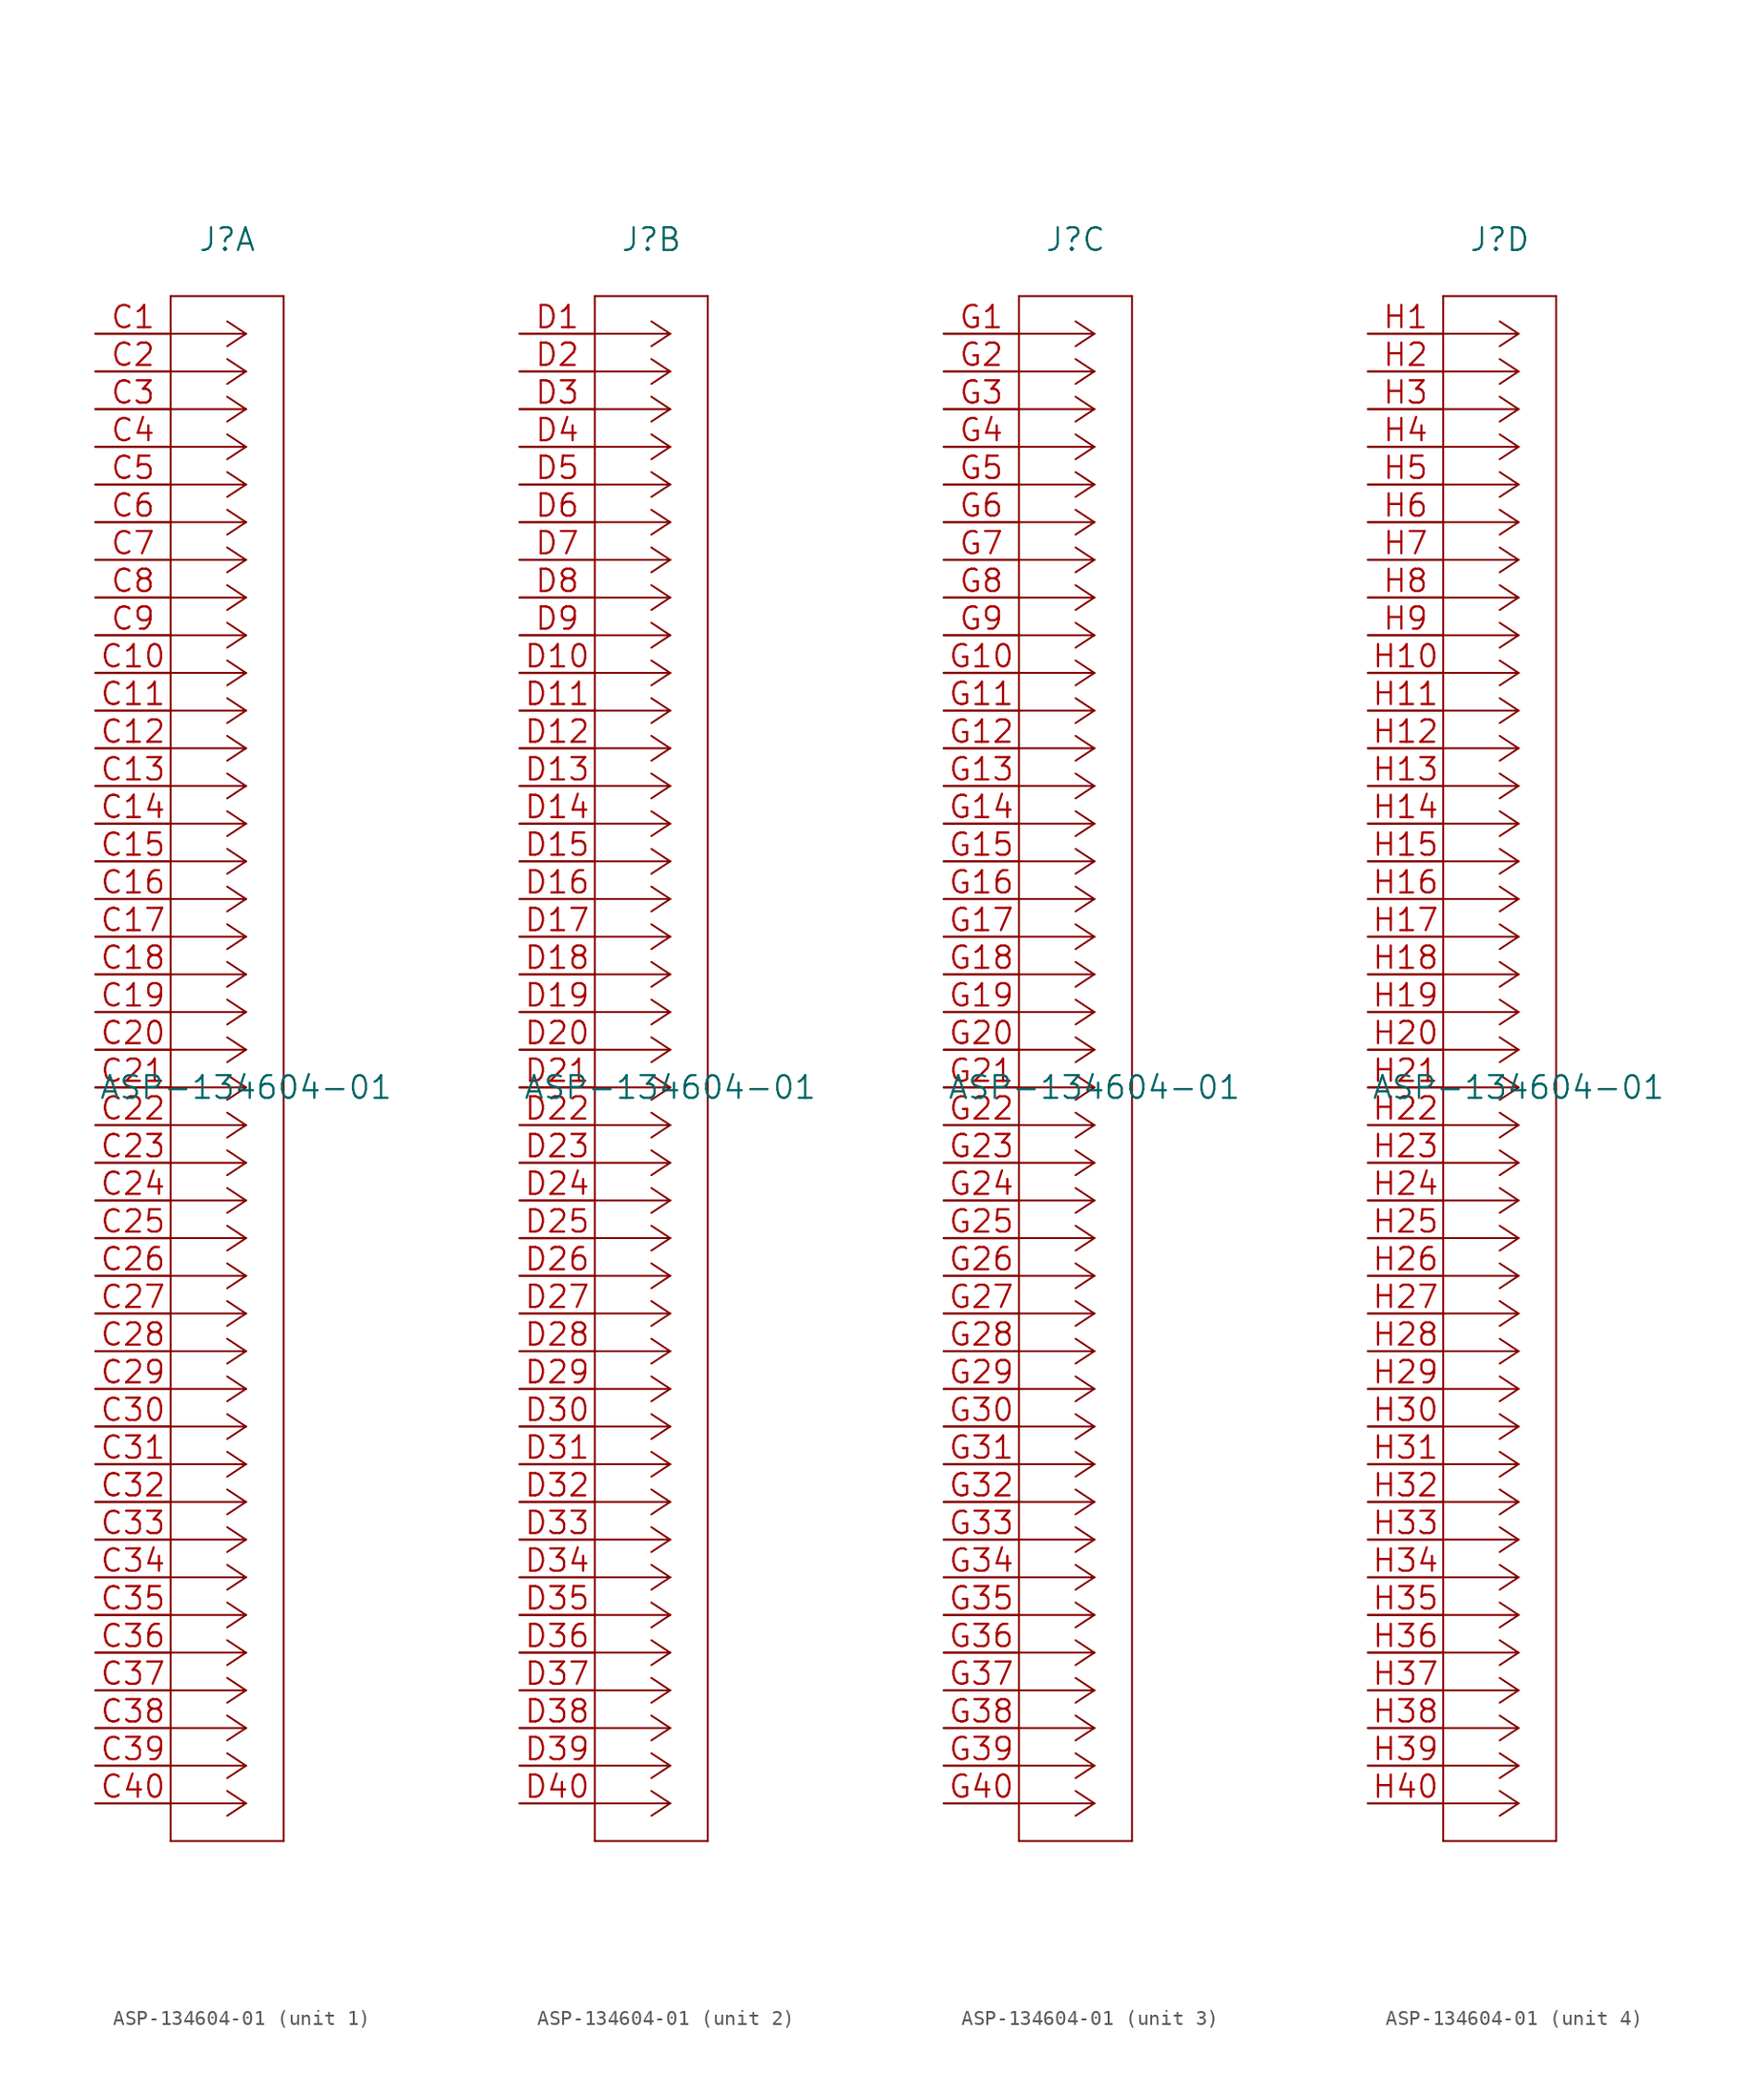
<source format=kicad_sym>
(kicad_symbol_lib
  (version 20211014)
  (generator kicad_symbol_editor)
  (symbol "ASP-134604-01"
    (pin_names
      (offset 0.254) hide)
    (property "Reference" "J"
      (at 8.89 6.35 0)
      (effects (font (size 1.524 1.524))))
    (property "Value" "ASP-134604-01"
      (at 10.16 -50.8 0)
      (effects (font (size 1.524 1.524))))
    (property "Datasheet" ""
      (at 0 0 0)
      (effects (font (size 1.524 1.524))))
    (property "ki_locked" ""
      (at 0 0 0)
      (effects (font (size 1.27 1.27))))
    (symbol "ASP-134604-01_1_1"
      (polyline (pts (xy 5.08 -101.6) (xy 12.7 -101.6)) (stroke (width 0.127) (type default) (color 0 0 0 0)) (fill (type none)))
      (polyline (pts (xy 5.08 2.54) (xy 5.08 -101.6)) (stroke (width 0.127) (type default) (color 0 0 0 0)) (fill (type none)))
      (polyline (pts (xy 10.16 -99.06) (xy 5.08 -99.06)) (stroke (width 0.127) (type default) (color 0 0 0 0)) (fill (type none)))
      (polyline (pts (xy 10.16 -99.06) (xy 8.89 -99.898)) (stroke (width 0.127) (type default) (color 0 0 0 0)) (fill (type none)))
      (polyline (pts (xy 10.16 -99.06) (xy 8.89 -98.222)) (stroke (width 0.127) (type default) (color 0 0 0 0)) (fill (type none)))
      (polyline (pts (xy 10.16 -96.52) (xy 5.08 -96.52)) (stroke (width 0.127) (type default) (color 0 0 0 0)) (fill (type none)))
      (polyline (pts (xy 10.16 -96.52) (xy 8.89 -97.358)) (stroke (width 0.127) (type default) (color 0 0 0 0)) (fill (type none)))
      (polyline (pts (xy 10.16 -96.52) (xy 8.89 -95.682)) (stroke (width 0.127) (type default) (color 0 0 0 0)) (fill (type none)))
      (polyline (pts (xy 10.16 -93.98) (xy 5.08 -93.98)) (stroke (width 0.127) (type default) (color 0 0 0 0)) (fill (type none)))
      (polyline (pts (xy 10.16 -93.98) (xy 8.89 -94.818)) (stroke (width 0.127) (type default) (color 0 0 0 0)) (fill (type none)))
      (polyline (pts (xy 10.16 -93.98) (xy 8.89 -93.142)) (stroke (width 0.127) (type default) (color 0 0 0 0)) (fill (type none)))
      (polyline (pts (xy 10.16 -91.44) (xy 5.08 -91.44)) (stroke (width 0.127) (type default) (color 0 0 0 0)) (fill (type none)))
      (polyline (pts (xy 10.16 -91.44) (xy 8.89 -92.278)) (stroke (width 0.127) (type default) (color 0 0 0 0)) (fill (type none)))
      (polyline (pts (xy 10.16 -91.44) (xy 8.89 -90.602)) (stroke (width 0.127) (type default) (color 0 0 0 0)) (fill (type none)))
      (polyline (pts (xy 10.16 -88.9) (xy 5.08 -88.9)) (stroke (width 0.127) (type default) (color 0 0 0 0)) (fill (type none)))
      (polyline (pts (xy 10.16 -88.9) (xy 8.89 -89.738)) (stroke (width 0.127) (type default) (color 0 0 0 0)) (fill (type none)))
      (polyline (pts (xy 10.16 -88.9) (xy 8.89 -88.062)) (stroke (width 0.127) (type default) (color 0 0 0 0)) (fill (type none)))
      (polyline (pts (xy 10.16 -86.36) (xy 5.08 -86.36)) (stroke (width 0.127) (type default) (color 0 0 0 0)) (fill (type none)))
      (polyline (pts (xy 10.16 -86.36) (xy 8.89 -87.198)) (stroke (width 0.127) (type default) (color 0 0 0 0)) (fill (type none)))
      (polyline (pts (xy 10.16 -86.36) (xy 8.89 -85.522)) (stroke (width 0.127) (type default) (color 0 0 0 0)) (fill (type none)))
      (polyline (pts (xy 10.16 -83.82) (xy 5.08 -83.82)) (stroke (width 0.127) (type default) (color 0 0 0 0)) (fill (type none)))
      (polyline (pts (xy 10.16 -83.82) (xy 8.89 -84.658)) (stroke (width 0.127) (type default) (color 0 0 0 0)) (fill (type none)))
      (polyline (pts (xy 10.16 -83.82) (xy 8.89 -82.982)) (stroke (width 0.127) (type default) (color 0 0 0 0)) (fill (type none)))
      (polyline (pts (xy 10.16 -81.28) (xy 5.08 -81.28)) (stroke (width 0.127) (type default) (color 0 0 0 0)) (fill (type none)))
      (polyline (pts (xy 10.16 -81.28) (xy 8.89 -82.118)) (stroke (width 0.127) (type default) (color 0 0 0 0)) (fill (type none)))
      (polyline (pts (xy 10.16 -81.28) (xy 8.89 -80.442)) (stroke (width 0.127) (type default) (color 0 0 0 0)) (fill (type none)))
      (polyline (pts (xy 10.16 -78.74) (xy 5.08 -78.74)) (stroke (width 0.127) (type default) (color 0 0 0 0)) (fill (type none)))
      (polyline (pts (xy 10.16 -78.74) (xy 8.89 -79.578)) (stroke (width 0.127) (type default) (color 0 0 0 0)) (fill (type none)))
      (polyline (pts (xy 10.16 -78.74) (xy 8.89 -77.902)) (stroke (width 0.127) (type default) (color 0 0 0 0)) (fill (type none)))
      (polyline (pts (xy 10.16 -76.2) (xy 5.08 -76.2)) (stroke (width 0.127) (type default) (color 0 0 0 0)) (fill (type none)))
      (polyline (pts (xy 10.16 -76.2) (xy 8.89 -77.038)) (stroke (width 0.127) (type default) (color 0 0 0 0)) (fill (type none)))
      (polyline (pts (xy 10.16 -76.2) (xy 8.89 -75.362)) (stroke (width 0.127) (type default) (color 0 0 0 0)) (fill (type none)))
      (polyline (pts (xy 10.16 -73.66) (xy 5.08 -73.66)) (stroke (width 0.127) (type default) (color 0 0 0 0)) (fill (type none)))
      (polyline (pts (xy 10.16 -73.66) (xy 8.89 -74.498)) (stroke (width 0.127) (type default) (color 0 0 0 0)) (fill (type none)))
      (polyline (pts (xy 10.16 -73.66) (xy 8.89 -72.822)) (stroke (width 0.127) (type default) (color 0 0 0 0)) (fill (type none)))
      (polyline (pts (xy 10.16 -71.12) (xy 5.08 -71.12)) (stroke (width 0.127) (type default) (color 0 0 0 0)) (fill (type none)))
      (polyline (pts (xy 10.16 -71.12) (xy 8.89 -71.958)) (stroke (width 0.127) (type default) (color 0 0 0 0)) (fill (type none)))
      (polyline (pts (xy 10.16 -71.12) (xy 8.89 -70.282)) (stroke (width 0.127) (type default) (color 0 0 0 0)) (fill (type none)))
      (polyline (pts (xy 10.16 -68.58) (xy 5.08 -68.58)) (stroke (width 0.127) (type default) (color 0 0 0 0)) (fill (type none)))
      (polyline (pts (xy 10.16 -68.58) (xy 8.89 -69.418)) (stroke (width 0.127) (type default) (color 0 0 0 0)) (fill (type none)))
      (polyline (pts (xy 10.16 -68.58) (xy 8.89 -67.742)) (stroke (width 0.127) (type default) (color 0 0 0 0)) (fill (type none)))
      (polyline (pts (xy 10.16 -66.04) (xy 5.08 -66.04)) (stroke (width 0.127) (type default) (color 0 0 0 0)) (fill (type none)))
      (polyline (pts (xy 10.16 -66.04) (xy 8.89 -66.878)) (stroke (width 0.127) (type default) (color 0 0 0 0)) (fill (type none)))
      (polyline (pts (xy 10.16 -66.04) (xy 8.89 -65.202)) (stroke (width 0.127) (type default) (color 0 0 0 0)) (fill (type none)))
      (polyline (pts (xy 10.16 -63.5) (xy 5.08 -63.5)) (stroke (width 0.127) (type default) (color 0 0 0 0)) (fill (type none)))
      (polyline (pts (xy 10.16 -63.5) (xy 8.89 -64.338)) (stroke (width 0.127) (type default) (color 0 0 0 0)) (fill (type none)))
      (polyline (pts (xy 10.16 -63.5) (xy 8.89 -62.662)) (stroke (width 0.127) (type default) (color 0 0 0 0)) (fill (type none)))
      (polyline (pts (xy 10.16 -60.96) (xy 5.08 -60.96)) (stroke (width 0.127) (type default) (color 0 0 0 0)) (fill (type none)))
      (polyline (pts (xy 10.16 -60.96) (xy 8.89 -61.798)) (stroke (width 0.127) (type default) (color 0 0 0 0)) (fill (type none)))
      (polyline (pts (xy 10.16 -60.96) (xy 8.89 -60.122)) (stroke (width 0.127) (type default) (color 0 0 0 0)) (fill (type none)))
      (polyline (pts (xy 10.16 -58.42) (xy 5.08 -58.42)) (stroke (width 0.127) (type default) (color 0 0 0 0)) (fill (type none)))
      (polyline (pts (xy 10.16 -58.42) (xy 8.89 -59.258)) (stroke (width 0.127) (type default) (color 0 0 0 0)) (fill (type none)))
      (polyline (pts (xy 10.16 -58.42) (xy 8.89 -57.582)) (stroke (width 0.127) (type default) (color 0 0 0 0)) (fill (type none)))
      (polyline (pts (xy 10.16 -55.88) (xy 5.08 -55.88)) (stroke (width 0.127) (type default) (color 0 0 0 0)) (fill (type none)))
      (polyline (pts (xy 10.16 -55.88) (xy 8.89 -56.718)) (stroke (width 0.127) (type default) (color 0 0 0 0)) (fill (type none)))
      (polyline (pts (xy 10.16 -55.88) (xy 8.89 -55.042)) (stroke (width 0.127) (type default) (color 0 0 0 0)) (fill (type none)))
      (polyline (pts (xy 10.16 -53.34) (xy 5.08 -53.34)) (stroke (width 0.127) (type default) (color 0 0 0 0)) (fill (type none)))
      (polyline (pts (xy 10.16 -53.34) (xy 8.89 -54.178)) (stroke (width 0.127) (type default) (color 0 0 0 0)) (fill (type none)))
      (polyline (pts (xy 10.16 -53.34) (xy 8.89 -52.502)) (stroke (width 0.127) (type default) (color 0 0 0 0)) (fill (type none)))
      (polyline (pts (xy 10.16 -50.8) (xy 5.08 -50.8)) (stroke (width 0.127) (type default) (color 0 0 0 0)) (fill (type none)))
      (polyline (pts (xy 10.16 -50.8) (xy 8.89 -51.638)) (stroke (width 0.127) (type default) (color 0 0 0 0)) (fill (type none)))
      (polyline (pts (xy 10.16 -50.8) (xy 8.89 -49.962)) (stroke (width 0.127) (type default) (color 0 0 0 0)) (fill (type none)))
      (polyline (pts (xy 10.16 -48.26) (xy 5.08 -48.26)) (stroke (width 0.127) (type default) (color 0 0 0 0)) (fill (type none)))
      (polyline (pts (xy 10.16 -48.26) (xy 8.89 -49.098)) (stroke (width 0.127) (type default) (color 0 0 0 0)) (fill (type none)))
      (polyline (pts (xy 10.16 -48.26) (xy 8.89 -47.422)) (stroke (width 0.127) (type default) (color 0 0 0 0)) (fill (type none)))
      (polyline (pts (xy 10.16 -45.72) (xy 5.08 -45.72)) (stroke (width 0.127) (type default) (color 0 0 0 0)) (fill (type none)))
      (polyline (pts (xy 10.16 -45.72) (xy 8.89 -46.558)) (stroke (width 0.127) (type default) (color 0 0 0 0)) (fill (type none)))
      (polyline (pts (xy 10.16 -45.72) (xy 8.89 -44.882)) (stroke (width 0.127) (type default) (color 0 0 0 0)) (fill (type none)))
      (polyline (pts (xy 10.16 -43.18) (xy 5.08 -43.18)) (stroke (width 0.127) (type default) (color 0 0 0 0)) (fill (type none)))
      (polyline (pts (xy 10.16 -43.18) (xy 8.89 -44.018)) (stroke (width 0.127) (type default) (color 0 0 0 0)) (fill (type none)))
      (polyline (pts (xy 10.16 -43.18) (xy 8.89 -42.342)) (stroke (width 0.127) (type default) (color 0 0 0 0)) (fill (type none)))
      (polyline (pts (xy 10.16 -40.64) (xy 5.08 -40.64)) (stroke (width 0.127) (type default) (color 0 0 0 0)) (fill (type none)))
      (polyline (pts (xy 10.16 -40.64) (xy 8.89 -41.478)) (stroke (width 0.127) (type default) (color 0 0 0 0)) (fill (type none)))
      (polyline (pts (xy 10.16 -40.64) (xy 8.89 -39.802)) (stroke (width 0.127) (type default) (color 0 0 0 0)) (fill (type none)))
      (polyline (pts (xy 10.16 -38.1) (xy 5.08 -38.1)) (stroke (width 0.127) (type default) (color 0 0 0 0)) (fill (type none)))
      (polyline (pts (xy 10.16 -38.1) (xy 8.89 -38.938)) (stroke (width 0.127) (type default) (color 0 0 0 0)) (fill (type none)))
      (polyline (pts (xy 10.16 -38.1) (xy 8.89 -37.262)) (stroke (width 0.127) (type default) (color 0 0 0 0)) (fill (type none)))
      (polyline (pts (xy 10.16 -35.56) (xy 5.08 -35.56)) (stroke (width 0.127) (type default) (color 0 0 0 0)) (fill (type none)))
      (polyline (pts (xy 10.16 -35.56) (xy 8.89 -36.398)) (stroke (width 0.127) (type default) (color 0 0 0 0)) (fill (type none)))
      (polyline (pts (xy 10.16 -35.56) (xy 8.89 -34.722)) (stroke (width 0.127) (type default) (color 0 0 0 0)) (fill (type none)))
      (polyline (pts (xy 10.16 -33.02) (xy 5.08 -33.02)) (stroke (width 0.127) (type default) (color 0 0 0 0)) (fill (type none)))
      (polyline (pts (xy 10.16 -33.02) (xy 8.89 -33.858)) (stroke (width 0.127) (type default) (color 0 0 0 0)) (fill (type none)))
      (polyline (pts (xy 10.16 -33.02) (xy 8.89 -32.182)) (stroke (width 0.127) (type default) (color 0 0 0 0)) (fill (type none)))
      (polyline (pts (xy 10.16 -30.48) (xy 5.08 -30.48)) (stroke (width 0.127) (type default) (color 0 0 0 0)) (fill (type none)))
      (polyline (pts (xy 10.16 -30.48) (xy 8.89 -31.318)) (stroke (width 0.127) (type default) (color 0 0 0 0)) (fill (type none)))
      (polyline (pts (xy 10.16 -30.48) (xy 8.89 -29.642)) (stroke (width 0.127) (type default) (color 0 0 0 0)) (fill (type none)))
      (polyline (pts (xy 10.16 -27.94) (xy 5.08 -27.94)) (stroke (width 0.127) (type default) (color 0 0 0 0)) (fill (type none)))
      (polyline (pts (xy 10.16 -27.94) (xy 8.89 -28.778)) (stroke (width 0.127) (type default) (color 0 0 0 0)) (fill (type none)))
      (polyline (pts (xy 10.16 -27.94) (xy 8.89 -27.102)) (stroke (width 0.127) (type default) (color 0 0 0 0)) (fill (type none)))
      (polyline (pts (xy 10.16 -25.4) (xy 5.08 -25.4)) (stroke (width 0.127) (type default) (color 0 0 0 0)) (fill (type none)))
      (polyline (pts (xy 10.16 -25.4) (xy 8.89 -26.238)) (stroke (width 0.127) (type default) (color 0 0 0 0)) (fill (type none)))
      (polyline (pts (xy 10.16 -25.4) (xy 8.89 -24.562)) (stroke (width 0.127) (type default) (color 0 0 0 0)) (fill (type none)))
      (polyline (pts (xy 10.16 -22.86) (xy 5.08 -22.86)) (stroke (width 0.127) (type default) (color 0 0 0 0)) (fill (type none)))
      (polyline (pts (xy 10.16 -22.86) (xy 8.89 -23.698)) (stroke (width 0.127) (type default) (color 0 0 0 0)) (fill (type none)))
      (polyline (pts (xy 10.16 -22.86) (xy 8.89 -22.022)) (stroke (width 0.127) (type default) (color 0 0 0 0)) (fill (type none)))
      (polyline (pts (xy 10.16 -20.32) (xy 5.08 -20.32)) (stroke (width 0.127) (type default) (color 0 0 0 0)) (fill (type none)))
      (polyline (pts (xy 10.16 -20.32) (xy 8.89 -21.158)) (stroke (width 0.127) (type default) (color 0 0 0 0)) (fill (type none)))
      (polyline (pts (xy 10.16 -20.32) (xy 8.89 -19.482)) (stroke (width 0.127) (type default) (color 0 0 0 0)) (fill (type none)))
      (polyline (pts (xy 10.16 -17.78) (xy 5.08 -17.78)) (stroke (width 0.127) (type default) (color 0 0 0 0)) (fill (type none)))
      (polyline (pts (xy 10.16 -17.78) (xy 8.89 -18.618)) (stroke (width 0.127) (type default) (color 0 0 0 0)) (fill (type none)))
      (polyline (pts (xy 10.16 -17.78) (xy 8.89 -16.942)) (stroke (width 0.127) (type default) (color 0 0 0 0)) (fill (type none)))
      (polyline (pts (xy 10.16 -15.24) (xy 5.08 -15.24)) (stroke (width 0.127) (type default) (color 0 0 0 0)) (fill (type none)))
      (polyline (pts (xy 10.16 -15.24) (xy 8.89 -16.078)) (stroke (width 0.127) (type default) (color 0 0 0 0)) (fill (type none)))
      (polyline (pts (xy 10.16 -15.24) (xy 8.89 -14.402)) (stroke (width 0.127) (type default) (color 0 0 0 0)) (fill (type none)))
      (polyline (pts (xy 10.16 -12.7) (xy 5.08 -12.7)) (stroke (width 0.127) (type default) (color 0 0 0 0)) (fill (type none)))
      (polyline (pts (xy 10.16 -12.7) (xy 8.89 -13.538)) (stroke (width 0.127) (type default) (color 0 0 0 0)) (fill (type none)))
      (polyline (pts (xy 10.16 -12.7) (xy 8.89 -11.862)) (stroke (width 0.127) (type default) (color 0 0 0 0)) (fill (type none)))
      (polyline (pts (xy 10.16 -10.16) (xy 5.08 -10.16)) (stroke (width 0.127) (type default) (color 0 0 0 0)) (fill (type none)))
      (polyline (pts (xy 10.16 -10.16) (xy 8.89 -10.998)) (stroke (width 0.127) (type default) (color 0 0 0 0)) (fill (type none)))
      (polyline (pts (xy 10.16 -10.16) (xy 8.89 -9.322)) (stroke (width 0.127) (type default) (color 0 0 0 0)) (fill (type none)))
      (polyline (pts (xy 10.16 -7.62) (xy 5.08 -7.62)) (stroke (width 0.127) (type default) (color 0 0 0 0)) (fill (type none)))
      (polyline (pts (xy 10.16 -7.62) (xy 8.89 -8.458)) (stroke (width 0.127) (type default) (color 0 0 0 0)) (fill (type none)))
      (polyline (pts (xy 10.16 -7.62) (xy 8.89 -6.782)) (stroke (width 0.127) (type default) (color 0 0 0 0)) (fill (type none)))
      (polyline (pts (xy 10.16 -5.08) (xy 5.08 -5.08)) (stroke (width 0.127) (type default) (color 0 0 0 0)) (fill (type none)))
      (polyline (pts (xy 10.16 -5.08) (xy 8.89 -5.918)) (stroke (width 0.127) (type default) (color 0 0 0 0)) (fill (type none)))
      (polyline (pts (xy 10.16 -5.08) (xy 8.89 -4.242)) (stroke (width 0.127) (type default) (color 0 0 0 0)) (fill (type none)))
      (polyline (pts (xy 10.16 -2.54) (xy 5.08 -2.54)) (stroke (width 0.127) (type default) (color 0 0 0 0)) (fill (type none)))
      (polyline (pts (xy 10.16 -2.54) (xy 8.89 -3.378)) (stroke (width 0.127) (type default) (color 0 0 0 0)) (fill (type none)))
      (polyline (pts (xy 10.16 -2.54) (xy 8.89 -1.702)) (stroke (width 0.127) (type default) (color 0 0 0 0)) (fill (type none)))
      (polyline (pts (xy 10.16 0) (xy 5.08 0)) (stroke (width 0.127) (type default) (color 0 0 0 0)) (fill (type none)))
      (polyline (pts (xy 10.16 0) (xy 8.89 -0.838)) (stroke (width 0.127) (type default) (color 0 0 0 0)) (fill (type none)))
      (polyline (pts (xy 10.16 0) (xy 8.89 0.838)) (stroke (width 0.127) (type default) (color 0 0 0 0)) (fill (type none)))
      (polyline (pts (xy 12.7 -101.6) (xy 12.7 2.54)) (stroke (width 0.127) (type default) (color 0 0 0 0)) (fill (type none)))
      (polyline (pts (xy 12.7 2.54) (xy 5.08 2.54)) (stroke (width 0.127) (type default) (color 0 0 0 0)) (fill (type none)))
      (pin unspecified line (at 0 0 0) (length 5.08) (name "C1" (effects (font (size 1.499 1.499)))) (number "C1" (effects (font (size 1.499 1.499)))))
      (pin unspecified line (at 0 -22.86 0) (length 5.08) (name "C10" (effects (font (size 1.499 1.499)))) (number "C10" (effects (font (size 1.499 1.499)))))
      (pin unspecified line (at 0 -25.4 0) (length 5.08) (name "C11" (effects (font (size 1.499 1.499)))) (number "C11" (effects (font (size 1.499 1.499)))))
      (pin unspecified line (at 0 -27.94 0) (length 5.08) (name "C12" (effects (font (size 1.499 1.499)))) (number "C12" (effects (font (size 1.499 1.499)))))
      (pin unspecified line (at 0 -30.48 0) (length 5.08) (name "C13" (effects (font (size 1.499 1.499)))) (number "C13" (effects (font (size 1.499 1.499)))))
      (pin unspecified line (at 0 -33.02 0) (length 5.08) (name "C14" (effects (font (size 1.499 1.499)))) (number "C14" (effects (font (size 1.499 1.499)))))
      (pin unspecified line (at 0 -35.56 0) (length 5.08) (name "C15" (effects (font (size 1.499 1.499)))) (number "C15" (effects (font (size 1.499 1.499)))))
      (pin unspecified line (at 0 -38.1 0) (length 5.08) (name "C16" (effects (font (size 1.499 1.499)))) (number "C16" (effects (font (size 1.499 1.499)))))
      (pin unspecified line (at 0 -40.64 0) (length 5.08) (name "C17" (effects (font (size 1.499 1.499)))) (number "C17" (effects (font (size 1.499 1.499)))))
      (pin unspecified line (at 0 -43.18 0) (length 5.08) (name "C18" (effects (font (size 1.499 1.499)))) (number "C18" (effects (font (size 1.499 1.499)))))
      (pin unspecified line (at 0 -45.72 0) (length 5.08) (name "C19" (effects (font (size 1.499 1.499)))) (number "C19" (effects (font (size 1.499 1.499)))))
      (pin unspecified line (at 0 -2.54 0) (length 5.08) (name "C2" (effects (font (size 1.499 1.499)))) (number "C2" (effects (font (size 1.499 1.499)))))
      (pin unspecified line (at 0 -48.26 0) (length 5.08) (name "C20" (effects (font (size 1.499 1.499)))) (number "C20" (effects (font (size 1.499 1.499)))))
      (pin unspecified line (at 0 -50.8 0) (length 5.08) (name "C21" (effects (font (size 1.499 1.499)))) (number "C21" (effects (font (size 1.499 1.499)))))
      (pin unspecified line (at 0 -53.34 0) (length 5.08) (name "C22" (effects (font (size 1.499 1.499)))) (number "C22" (effects (font (size 1.499 1.499)))))
      (pin unspecified line (at 0 -55.88 0) (length 5.08) (name "C23" (effects (font (size 1.499 1.499)))) (number "C23" (effects (font (size 1.499 1.499)))))
      (pin unspecified line (at 0 -58.42 0) (length 5.08) (name "C24" (effects (font (size 1.499 1.499)))) (number "C24" (effects (font (size 1.499 1.499)))))
      (pin unspecified line (at 0 -60.96 0) (length 5.08) (name "C25" (effects (font (size 1.499 1.499)))) (number "C25" (effects (font (size 1.499 1.499)))))
      (pin unspecified line (at 0 -63.5 0) (length 5.08) (name "C26" (effects (font (size 1.499 1.499)))) (number "C26" (effects (font (size 1.499 1.499)))))
      (pin unspecified line (at 0 -66.04 0) (length 5.08) (name "C27" (effects (font (size 1.499 1.499)))) (number "C27" (effects (font (size 1.499 1.499)))))
      (pin unspecified line (at 0 -68.58 0) (length 5.08) (name "C28" (effects (font (size 1.499 1.499)))) (number "C28" (effects (font (size 1.499 1.499)))))
      (pin unspecified line (at 0 -71.12 0) (length 5.08) (name "C29" (effects (font (size 1.499 1.499)))) (number "C29" (effects (font (size 1.499 1.499)))))
      (pin unspecified line (at 0 -5.08 0) (length 5.08) (name "C3" (effects (font (size 1.499 1.499)))) (number "C3" (effects (font (size 1.499 1.499)))))
      (pin unspecified line (at 0 -73.66 0) (length 5.08) (name "C30" (effects (font (size 1.499 1.499)))) (number "C30" (effects (font (size 1.499 1.499)))))
      (pin unspecified line (at 0 -76.2 0) (length 5.08) (name "C31" (effects (font (size 1.499 1.499)))) (number "C31" (effects (font (size 1.499 1.499)))))
      (pin unspecified line (at 0 -78.74 0) (length 5.08) (name "C32" (effects (font (size 1.499 1.499)))) (number "C32" (effects (font (size 1.499 1.499)))))
      (pin unspecified line (at 0 -81.28 0) (length 5.08) (name "C33" (effects (font (size 1.499 1.499)))) (number "C33" (effects (font (size 1.499 1.499)))))
      (pin unspecified line (at 0 -83.82 0) (length 5.08) (name "C34" (effects (font (size 1.499 1.499)))) (number "C34" (effects (font (size 1.499 1.499)))))
      (pin unspecified line (at 0 -86.36 0) (length 5.08) (name "C35" (effects (font (size 1.499 1.499)))) (number "C35" (effects (font (size 1.499 1.499)))))
      (pin unspecified line (at 0 -88.9 0) (length 5.08) (name "C36" (effects (font (size 1.499 1.499)))) (number "C36" (effects (font (size 1.499 1.499)))))
      (pin unspecified line (at 0 -91.44 0) (length 5.08) (name "C37" (effects (font (size 1.499 1.499)))) (number "C37" (effects (font (size 1.499 1.499)))))
      (pin unspecified line (at 0 -93.98 0) (length 5.08) (name "C38" (effects (font (size 1.499 1.499)))) (number "C38" (effects (font (size 1.499 1.499)))))
      (pin unspecified line (at 0 -96.52 0) (length 5.08) (name "C39" (effects (font (size 1.499 1.499)))) (number "C39" (effects (font (size 1.499 1.499)))))
      (pin unspecified line (at 0 -7.62 0) (length 5.08) (name "C4" (effects (font (size 1.499 1.499)))) (number "C4" (effects (font (size 1.499 1.499)))))
      (pin unspecified line (at 0 -99.06 0) (length 5.08) (name "C40" (effects (font (size 1.499 1.499)))) (number "C40" (effects (font (size 1.499 1.499)))))
      (pin unspecified line (at 0 -10.16 0) (length 5.08) (name "C5" (effects (font (size 1.499 1.499)))) (number "C5" (effects (font (size 1.499 1.499)))))
      (pin unspecified line (at 0 -12.7 0) (length 5.08) (name "C6" (effects (font (size 1.499 1.499)))) (number "C6" (effects (font (size 1.499 1.499)))))
      (pin unspecified line (at 0 -15.24 0) (length 5.08) (name "C7" (effects (font (size 1.499 1.499)))) (number "C7" (effects (font (size 1.499 1.499)))))
      (pin unspecified line (at 0 -17.78 0) (length 5.08) (name "C8" (effects (font (size 1.499 1.499)))) (number "C8" (effects (font (size 1.499 1.499)))))
      (pin unspecified line (at 0 -20.32 0) (length 5.08) (name "C9" (effects (font (size 1.499 1.499)))) (number "C9" (effects (font (size 1.499 1.499))))))
    (symbol "ASP-134604-01_2_1"
      (polyline (pts (xy 5.08 -101.6) (xy 12.7 -101.6)) (stroke (width 0.127) (type default) (color 0 0 0 0)) (fill (type none)))
      (polyline (pts (xy 5.08 2.54) (xy 5.08 -101.6)) (stroke (width 0.127) (type default) (color 0 0 0 0)) (fill (type none)))
      (polyline (pts (xy 10.16 -99.06) (xy 5.08 -99.06)) (stroke (width 0.127) (type default) (color 0 0 0 0)) (fill (type none)))
      (polyline (pts (xy 10.16 -99.06) (xy 8.89 -99.898)) (stroke (width 0.127) (type default) (color 0 0 0 0)) (fill (type none)))
      (polyline (pts (xy 10.16 -99.06) (xy 8.89 -98.222)) (stroke (width 0.127) (type default) (color 0 0 0 0)) (fill (type none)))
      (polyline (pts (xy 10.16 -96.52) (xy 5.08 -96.52)) (stroke (width 0.127) (type default) (color 0 0 0 0)) (fill (type none)))
      (polyline (pts (xy 10.16 -96.52) (xy 8.89 -97.358)) (stroke (width 0.127) (type default) (color 0 0 0 0)) (fill (type none)))
      (polyline (pts (xy 10.16 -96.52) (xy 8.89 -95.682)) (stroke (width 0.127) (type default) (color 0 0 0 0)) (fill (type none)))
      (polyline (pts (xy 10.16 -93.98) (xy 5.08 -93.98)) (stroke (width 0.127) (type default) (color 0 0 0 0)) (fill (type none)))
      (polyline (pts (xy 10.16 -93.98) (xy 8.89 -94.818)) (stroke (width 0.127) (type default) (color 0 0 0 0)) (fill (type none)))
      (polyline (pts (xy 10.16 -93.98) (xy 8.89 -93.142)) (stroke (width 0.127) (type default) (color 0 0 0 0)) (fill (type none)))
      (polyline (pts (xy 10.16 -91.44) (xy 5.08 -91.44)) (stroke (width 0.127) (type default) (color 0 0 0 0)) (fill (type none)))
      (polyline (pts (xy 10.16 -91.44) (xy 8.89 -92.278)) (stroke (width 0.127) (type default) (color 0 0 0 0)) (fill (type none)))
      (polyline (pts (xy 10.16 -91.44) (xy 8.89 -90.602)) (stroke (width 0.127) (type default) (color 0 0 0 0)) (fill (type none)))
      (polyline (pts (xy 10.16 -88.9) (xy 5.08 -88.9)) (stroke (width 0.127) (type default) (color 0 0 0 0)) (fill (type none)))
      (polyline (pts (xy 10.16 -88.9) (xy 8.89 -89.738)) (stroke (width 0.127) (type default) (color 0 0 0 0)) (fill (type none)))
      (polyline (pts (xy 10.16 -88.9) (xy 8.89 -88.062)) (stroke (width 0.127) (type default) (color 0 0 0 0)) (fill (type none)))
      (polyline (pts (xy 10.16 -86.36) (xy 5.08 -86.36)) (stroke (width 0.127) (type default) (color 0 0 0 0)) (fill (type none)))
      (polyline (pts (xy 10.16 -86.36) (xy 8.89 -87.198)) (stroke (width 0.127) (type default) (color 0 0 0 0)) (fill (type none)))
      (polyline (pts (xy 10.16 -86.36) (xy 8.89 -85.522)) (stroke (width 0.127) (type default) (color 0 0 0 0)) (fill (type none)))
      (polyline (pts (xy 10.16 -83.82) (xy 5.08 -83.82)) (stroke (width 0.127) (type default) (color 0 0 0 0)) (fill (type none)))
      (polyline (pts (xy 10.16 -83.82) (xy 8.89 -84.658)) (stroke (width 0.127) (type default) (color 0 0 0 0)) (fill (type none)))
      (polyline (pts (xy 10.16 -83.82) (xy 8.89 -82.982)) (stroke (width 0.127) (type default) (color 0 0 0 0)) (fill (type none)))
      (polyline (pts (xy 10.16 -81.28) (xy 5.08 -81.28)) (stroke (width 0.127) (type default) (color 0 0 0 0)) (fill (type none)))
      (polyline (pts (xy 10.16 -81.28) (xy 8.89 -82.118)) (stroke (width 0.127) (type default) (color 0 0 0 0)) (fill (type none)))
      (polyline (pts (xy 10.16 -81.28) (xy 8.89 -80.442)) (stroke (width 0.127) (type default) (color 0 0 0 0)) (fill (type none)))
      (polyline (pts (xy 10.16 -78.74) (xy 5.08 -78.74)) (stroke (width 0.127) (type default) (color 0 0 0 0)) (fill (type none)))
      (polyline (pts (xy 10.16 -78.74) (xy 8.89 -79.578)) (stroke (width 0.127) (type default) (color 0 0 0 0)) (fill (type none)))
      (polyline (pts (xy 10.16 -78.74) (xy 8.89 -77.902)) (stroke (width 0.127) (type default) (color 0 0 0 0)) (fill (type none)))
      (polyline (pts (xy 10.16 -76.2) (xy 5.08 -76.2)) (stroke (width 0.127) (type default) (color 0 0 0 0)) (fill (type none)))
      (polyline (pts (xy 10.16 -76.2) (xy 8.89 -77.038)) (stroke (width 0.127) (type default) (color 0 0 0 0)) (fill (type none)))
      (polyline (pts (xy 10.16 -76.2) (xy 8.89 -75.362)) (stroke (width 0.127) (type default) (color 0 0 0 0)) (fill (type none)))
      (polyline (pts (xy 10.16 -73.66) (xy 5.08 -73.66)) (stroke (width 0.127) (type default) (color 0 0 0 0)) (fill (type none)))
      (polyline (pts (xy 10.16 -73.66) (xy 8.89 -74.498)) (stroke (width 0.127) (type default) (color 0 0 0 0)) (fill (type none)))
      (polyline (pts (xy 10.16 -73.66) (xy 8.89 -72.822)) (stroke (width 0.127) (type default) (color 0 0 0 0)) (fill (type none)))
      (polyline (pts (xy 10.16 -71.12) (xy 5.08 -71.12)) (stroke (width 0.127) (type default) (color 0 0 0 0)) (fill (type none)))
      (polyline (pts (xy 10.16 -71.12) (xy 8.89 -71.958)) (stroke (width 0.127) (type default) (color 0 0 0 0)) (fill (type none)))
      (polyline (pts (xy 10.16 -71.12) (xy 8.89 -70.282)) (stroke (width 0.127) (type default) (color 0 0 0 0)) (fill (type none)))
      (polyline (pts (xy 10.16 -68.58) (xy 5.08 -68.58)) (stroke (width 0.127) (type default) (color 0 0 0 0)) (fill (type none)))
      (polyline (pts (xy 10.16 -68.58) (xy 8.89 -69.418)) (stroke (width 0.127) (type default) (color 0 0 0 0)) (fill (type none)))
      (polyline (pts (xy 10.16 -68.58) (xy 8.89 -67.742)) (stroke (width 0.127) (type default) (color 0 0 0 0)) (fill (type none)))
      (polyline (pts (xy 10.16 -66.04) (xy 5.08 -66.04)) (stroke (width 0.127) (type default) (color 0 0 0 0)) (fill (type none)))
      (polyline (pts (xy 10.16 -66.04) (xy 8.89 -66.878)) (stroke (width 0.127) (type default) (color 0 0 0 0)) (fill (type none)))
      (polyline (pts (xy 10.16 -66.04) (xy 8.89 -65.202)) (stroke (width 0.127) (type default) (color 0 0 0 0)) (fill (type none)))
      (polyline (pts (xy 10.16 -63.5) (xy 5.08 -63.5)) (stroke (width 0.127) (type default) (color 0 0 0 0)) (fill (type none)))
      (polyline (pts (xy 10.16 -63.5) (xy 8.89 -64.338)) (stroke (width 0.127) (type default) (color 0 0 0 0)) (fill (type none)))
      (polyline (pts (xy 10.16 -63.5) (xy 8.89 -62.662)) (stroke (width 0.127) (type default) (color 0 0 0 0)) (fill (type none)))
      (polyline (pts (xy 10.16 -60.96) (xy 5.08 -60.96)) (stroke (width 0.127) (type default) (color 0 0 0 0)) (fill (type none)))
      (polyline (pts (xy 10.16 -60.96) (xy 8.89 -61.798)) (stroke (width 0.127) (type default) (color 0 0 0 0)) (fill (type none)))
      (polyline (pts (xy 10.16 -60.96) (xy 8.89 -60.122)) (stroke (width 0.127) (type default) (color 0 0 0 0)) (fill (type none)))
      (polyline (pts (xy 10.16 -58.42) (xy 5.08 -58.42)) (stroke (width 0.127) (type default) (color 0 0 0 0)) (fill (type none)))
      (polyline (pts (xy 10.16 -58.42) (xy 8.89 -59.258)) (stroke (width 0.127) (type default) (color 0 0 0 0)) (fill (type none)))
      (polyline (pts (xy 10.16 -58.42) (xy 8.89 -57.582)) (stroke (width 0.127) (type default) (color 0 0 0 0)) (fill (type none)))
      (polyline (pts (xy 10.16 -55.88) (xy 5.08 -55.88)) (stroke (width 0.127) (type default) (color 0 0 0 0)) (fill (type none)))
      (polyline (pts (xy 10.16 -55.88) (xy 8.89 -56.718)) (stroke (width 0.127) (type default) (color 0 0 0 0)) (fill (type none)))
      (polyline (pts (xy 10.16 -55.88) (xy 8.89 -55.042)) (stroke (width 0.127) (type default) (color 0 0 0 0)) (fill (type none)))
      (polyline (pts (xy 10.16 -53.34) (xy 5.08 -53.34)) (stroke (width 0.127) (type default) (color 0 0 0 0)) (fill (type none)))
      (polyline (pts (xy 10.16 -53.34) (xy 8.89 -54.178)) (stroke (width 0.127) (type default) (color 0 0 0 0)) (fill (type none)))
      (polyline (pts (xy 10.16 -53.34) (xy 8.89 -52.502)) (stroke (width 0.127) (type default) (color 0 0 0 0)) (fill (type none)))
      (polyline (pts (xy 10.16 -50.8) (xy 5.08 -50.8)) (stroke (width 0.127) (type default) (color 0 0 0 0)) (fill (type none)))
      (polyline (pts (xy 10.16 -50.8) (xy 8.89 -51.638)) (stroke (width 0.127) (type default) (color 0 0 0 0)) (fill (type none)))
      (polyline (pts (xy 10.16 -50.8) (xy 8.89 -49.962)) (stroke (width 0.127) (type default) (color 0 0 0 0)) (fill (type none)))
      (polyline (pts (xy 10.16 -48.26) (xy 5.08 -48.26)) (stroke (width 0.127) (type default) (color 0 0 0 0)) (fill (type none)))
      (polyline (pts (xy 10.16 -48.26) (xy 8.89 -49.098)) (stroke (width 0.127) (type default) (color 0 0 0 0)) (fill (type none)))
      (polyline (pts (xy 10.16 -48.26) (xy 8.89 -47.422)) (stroke (width 0.127) (type default) (color 0 0 0 0)) (fill (type none)))
      (polyline (pts (xy 10.16 -45.72) (xy 5.08 -45.72)) (stroke (width 0.127) (type default) (color 0 0 0 0)) (fill (type none)))
      (polyline (pts (xy 10.16 -45.72) (xy 8.89 -46.558)) (stroke (width 0.127) (type default) (color 0 0 0 0)) (fill (type none)))
      (polyline (pts (xy 10.16 -45.72) (xy 8.89 -44.882)) (stroke (width 0.127) (type default) (color 0 0 0 0)) (fill (type none)))
      (polyline (pts (xy 10.16 -43.18) (xy 5.08 -43.18)) (stroke (width 0.127) (type default) (color 0 0 0 0)) (fill (type none)))
      (polyline (pts (xy 10.16 -43.18) (xy 8.89 -44.018)) (stroke (width 0.127) (type default) (color 0 0 0 0)) (fill (type none)))
      (polyline (pts (xy 10.16 -43.18) (xy 8.89 -42.342)) (stroke (width 0.127) (type default) (color 0 0 0 0)) (fill (type none)))
      (polyline (pts (xy 10.16 -40.64) (xy 5.08 -40.64)) (stroke (width 0.127) (type default) (color 0 0 0 0)) (fill (type none)))
      (polyline (pts (xy 10.16 -40.64) (xy 8.89 -41.478)) (stroke (width 0.127) (type default) (color 0 0 0 0)) (fill (type none)))
      (polyline (pts (xy 10.16 -40.64) (xy 8.89 -39.802)) (stroke (width 0.127) (type default) (color 0 0 0 0)) (fill (type none)))
      (polyline (pts (xy 10.16 -38.1) (xy 5.08 -38.1)) (stroke (width 0.127) (type default) (color 0 0 0 0)) (fill (type none)))
      (polyline (pts (xy 10.16 -38.1) (xy 8.89 -38.938)) (stroke (width 0.127) (type default) (color 0 0 0 0)) (fill (type none)))
      (polyline (pts (xy 10.16 -38.1) (xy 8.89 -37.262)) (stroke (width 0.127) (type default) (color 0 0 0 0)) (fill (type none)))
      (polyline (pts (xy 10.16 -35.56) (xy 5.08 -35.56)) (stroke (width 0.127) (type default) (color 0 0 0 0)) (fill (type none)))
      (polyline (pts (xy 10.16 -35.56) (xy 8.89 -36.398)) (stroke (width 0.127) (type default) (color 0 0 0 0)) (fill (type none)))
      (polyline (pts (xy 10.16 -35.56) (xy 8.89 -34.722)) (stroke (width 0.127) (type default) (color 0 0 0 0)) (fill (type none)))
      (polyline (pts (xy 10.16 -33.02) (xy 5.08 -33.02)) (stroke (width 0.127) (type default) (color 0 0 0 0)) (fill (type none)))
      (polyline (pts (xy 10.16 -33.02) (xy 8.89 -33.858)) (stroke (width 0.127) (type default) (color 0 0 0 0)) (fill (type none)))
      (polyline (pts (xy 10.16 -33.02) (xy 8.89 -32.182)) (stroke (width 0.127) (type default) (color 0 0 0 0)) (fill (type none)))
      (polyline (pts (xy 10.16 -30.48) (xy 5.08 -30.48)) (stroke (width 0.127) (type default) (color 0 0 0 0)) (fill (type none)))
      (polyline (pts (xy 10.16 -30.48) (xy 8.89 -31.318)) (stroke (width 0.127) (type default) (color 0 0 0 0)) (fill (type none)))
      (polyline (pts (xy 10.16 -30.48) (xy 8.89 -29.642)) (stroke (width 0.127) (type default) (color 0 0 0 0)) (fill (type none)))
      (polyline (pts (xy 10.16 -27.94) (xy 5.08 -27.94)) (stroke (width 0.127) (type default) (color 0 0 0 0)) (fill (type none)))
      (polyline (pts (xy 10.16 -27.94) (xy 8.89 -28.778)) (stroke (width 0.127) (type default) (color 0 0 0 0)) (fill (type none)))
      (polyline (pts (xy 10.16 -27.94) (xy 8.89 -27.102)) (stroke (width 0.127) (type default) (color 0 0 0 0)) (fill (type none)))
      (polyline (pts (xy 10.16 -25.4) (xy 5.08 -25.4)) (stroke (width 0.127) (type default) (color 0 0 0 0)) (fill (type none)))
      (polyline (pts (xy 10.16 -25.4) (xy 8.89 -26.238)) (stroke (width 0.127) (type default) (color 0 0 0 0)) (fill (type none)))
      (polyline (pts (xy 10.16 -25.4) (xy 8.89 -24.562)) (stroke (width 0.127) (type default) (color 0 0 0 0)) (fill (type none)))
      (polyline (pts (xy 10.16 -22.86) (xy 5.08 -22.86)) (stroke (width 0.127) (type default) (color 0 0 0 0)) (fill (type none)))
      (polyline (pts (xy 10.16 -22.86) (xy 8.89 -23.698)) (stroke (width 0.127) (type default) (color 0 0 0 0)) (fill (type none)))
      (polyline (pts (xy 10.16 -22.86) (xy 8.89 -22.022)) (stroke (width 0.127) (type default) (color 0 0 0 0)) (fill (type none)))
      (polyline (pts (xy 10.16 -20.32) (xy 5.08 -20.32)) (stroke (width 0.127) (type default) (color 0 0 0 0)) (fill (type none)))
      (polyline (pts (xy 10.16 -20.32) (xy 8.89 -21.158)) (stroke (width 0.127) (type default) (color 0 0 0 0)) (fill (type none)))
      (polyline (pts (xy 10.16 -20.32) (xy 8.89 -19.482)) (stroke (width 0.127) (type default) (color 0 0 0 0)) (fill (type none)))
      (polyline (pts (xy 10.16 -17.78) (xy 5.08 -17.78)) (stroke (width 0.127) (type default) (color 0 0 0 0)) (fill (type none)))
      (polyline (pts (xy 10.16 -17.78) (xy 8.89 -18.618)) (stroke (width 0.127) (type default) (color 0 0 0 0)) (fill (type none)))
      (polyline (pts (xy 10.16 -17.78) (xy 8.89 -16.942)) (stroke (width 0.127) (type default) (color 0 0 0 0)) (fill (type none)))
      (polyline (pts (xy 10.16 -15.24) (xy 5.08 -15.24)) (stroke (width 0.127) (type default) (color 0 0 0 0)) (fill (type none)))
      (polyline (pts (xy 10.16 -15.24) (xy 8.89 -16.078)) (stroke (width 0.127) (type default) (color 0 0 0 0)) (fill (type none)))
      (polyline (pts (xy 10.16 -15.24) (xy 8.89 -14.402)) (stroke (width 0.127) (type default) (color 0 0 0 0)) (fill (type none)))
      (polyline (pts (xy 10.16 -12.7) (xy 5.08 -12.7)) (stroke (width 0.127) (type default) (color 0 0 0 0)) (fill (type none)))
      (polyline (pts (xy 10.16 -12.7) (xy 8.89 -13.538)) (stroke (width 0.127) (type default) (color 0 0 0 0)) (fill (type none)))
      (polyline (pts (xy 10.16 -12.7) (xy 8.89 -11.862)) (stroke (width 0.127) (type default) (color 0 0 0 0)) (fill (type none)))
      (polyline (pts (xy 10.16 -10.16) (xy 5.08 -10.16)) (stroke (width 0.127) (type default) (color 0 0 0 0)) (fill (type none)))
      (polyline (pts (xy 10.16 -10.16) (xy 8.89 -10.998)) (stroke (width 0.127) (type default) (color 0 0 0 0)) (fill (type none)))
      (polyline (pts (xy 10.16 -10.16) (xy 8.89 -9.322)) (stroke (width 0.127) (type default) (color 0 0 0 0)) (fill (type none)))
      (polyline (pts (xy 10.16 -7.62) (xy 5.08 -7.62)) (stroke (width 0.127) (type default) (color 0 0 0 0)) (fill (type none)))
      (polyline (pts (xy 10.16 -7.62) (xy 8.89 -8.458)) (stroke (width 0.127) (type default) (color 0 0 0 0)) (fill (type none)))
      (polyline (pts (xy 10.16 -7.62) (xy 8.89 -6.782)) (stroke (width 0.127) (type default) (color 0 0 0 0)) (fill (type none)))
      (polyline (pts (xy 10.16 -5.08) (xy 5.08 -5.08)) (stroke (width 0.127) (type default) (color 0 0 0 0)) (fill (type none)))
      (polyline (pts (xy 10.16 -5.08) (xy 8.89 -5.918)) (stroke (width 0.127) (type default) (color 0 0 0 0)) (fill (type none)))
      (polyline (pts (xy 10.16 -5.08) (xy 8.89 -4.242)) (stroke (width 0.127) (type default) (color 0 0 0 0)) (fill (type none)))
      (polyline (pts (xy 10.16 -2.54) (xy 5.08 -2.54)) (stroke (width 0.127) (type default) (color 0 0 0 0)) (fill (type none)))
      (polyline (pts (xy 10.16 -2.54) (xy 8.89 -3.378)) (stroke (width 0.127) (type default) (color 0 0 0 0)) (fill (type none)))
      (polyline (pts (xy 10.16 -2.54) (xy 8.89 -1.702)) (stroke (width 0.127) (type default) (color 0 0 0 0)) (fill (type none)))
      (polyline (pts (xy 10.16 0) (xy 5.08 0)) (stroke (width 0.127) (type default) (color 0 0 0 0)) (fill (type none)))
      (polyline (pts (xy 10.16 0) (xy 8.89 -0.838)) (stroke (width 0.127) (type default) (color 0 0 0 0)) (fill (type none)))
      (polyline (pts (xy 10.16 0) (xy 8.89 0.838)) (stroke (width 0.127) (type default) (color 0 0 0 0)) (fill (type none)))
      (polyline (pts (xy 12.7 -101.6) (xy 12.7 2.54)) (stroke (width 0.127) (type default) (color 0 0 0 0)) (fill (type none)))
      (polyline (pts (xy 12.7 2.54) (xy 5.08 2.54)) (stroke (width 0.127) (type default) (color 0 0 0 0)) (fill (type none)))
      (pin unspecified line (at 0 0 0) (length 5.08) (name "D1" (effects (font (size 1.499 1.499)))) (number "D1" (effects (font (size 1.499 1.499)))))
      (pin unspecified line (at 0 -22.86 0) (length 5.08) (name "D10" (effects (font (size 1.499 1.499)))) (number "D10" (effects (font (size 1.499 1.499)))))
      (pin unspecified line (at 0 -25.4 0) (length 5.08) (name "D11" (effects (font (size 1.499 1.499)))) (number "D11" (effects (font (size 1.499 1.499)))))
      (pin unspecified line (at 0 -27.94 0) (length 5.08) (name "D12" (effects (font (size 1.499 1.499)))) (number "D12" (effects (font (size 1.499 1.499)))))
      (pin unspecified line (at 0 -30.48 0) (length 5.08) (name "D13" (effects (font (size 1.499 1.499)))) (number "D13" (effects (font (size 1.499 1.499)))))
      (pin unspecified line (at 0 -33.02 0) (length 5.08) (name "D14" (effects (font (size 1.499 1.499)))) (number "D14" (effects (font (size 1.499 1.499)))))
      (pin unspecified line (at 0 -35.56 0) (length 5.08) (name "D15" (effects (font (size 1.499 1.499)))) (number "D15" (effects (font (size 1.499 1.499)))))
      (pin unspecified line (at 0 -38.1 0) (length 5.08) (name "D16" (effects (font (size 1.499 1.499)))) (number "D16" (effects (font (size 1.499 1.499)))))
      (pin unspecified line (at 0 -40.64 0) (length 5.08) (name "D17" (effects (font (size 1.499 1.499)))) (number "D17" (effects (font (size 1.499 1.499)))))
      (pin unspecified line (at 0 -43.18 0) (length 5.08) (name "D18" (effects (font (size 1.499 1.499)))) (number "D18" (effects (font (size 1.499 1.499)))))
      (pin unspecified line (at 0 -45.72 0) (length 5.08) (name "D19" (effects (font (size 1.499 1.499)))) (number "D19" (effects (font (size 1.499 1.499)))))
      (pin unspecified line (at 0 -2.54 0) (length 5.08) (name "D2" (effects (font (size 1.499 1.499)))) (number "D2" (effects (font (size 1.499 1.499)))))
      (pin unspecified line (at 0 -48.26 0) (length 5.08) (name "D20" (effects (font (size 1.499 1.499)))) (number "D20" (effects (font (size 1.499 1.499)))))
      (pin unspecified line (at 0 -50.8 0) (length 5.08) (name "D21" (effects (font (size 1.499 1.499)))) (number "D21" (effects (font (size 1.499 1.499)))))
      (pin unspecified line (at 0 -53.34 0) (length 5.08) (name "D22" (effects (font (size 1.499 1.499)))) (number "D22" (effects (font (size 1.499 1.499)))))
      (pin unspecified line (at 0 -55.88 0) (length 5.08) (name "D23" (effects (font (size 1.499 1.499)))) (number "D23" (effects (font (size 1.499 1.499)))))
      (pin unspecified line (at 0 -58.42 0) (length 5.08) (name "D24" (effects (font (size 1.499 1.499)))) (number "D24" (effects (font (size 1.499 1.499)))))
      (pin unspecified line (at 0 -60.96 0) (length 5.08) (name "D25" (effects (font (size 1.499 1.499)))) (number "D25" (effects (font (size 1.499 1.499)))))
      (pin unspecified line (at 0 -63.5 0) (length 5.08) (name "D26" (effects (font (size 1.499 1.499)))) (number "D26" (effects (font (size 1.499 1.499)))))
      (pin unspecified line (at 0 -66.04 0) (length 5.08) (name "D27" (effects (font (size 1.499 1.499)))) (number "D27" (effects (font (size 1.499 1.499)))))
      (pin unspecified line (at 0 -68.58 0) (length 5.08) (name "D28" (effects (font (size 1.499 1.499)))) (number "D28" (effects (font (size 1.499 1.499)))))
      (pin unspecified line (at 0 -71.12 0) (length 5.08) (name "D29" (effects (font (size 1.499 1.499)))) (number "D29" (effects (font (size 1.499 1.499)))))
      (pin unspecified line (at 0 -5.08 0) (length 5.08) (name "D3" (effects (font (size 1.499 1.499)))) (number "D3" (effects (font (size 1.499 1.499)))))
      (pin unspecified line (at 0 -73.66 0) (length 5.08) (name "D30" (effects (font (size 1.499 1.499)))) (number "D30" (effects (font (size 1.499 1.499)))))
      (pin unspecified line (at 0 -76.2 0) (length 5.08) (name "D31" (effects (font (size 1.499 1.499)))) (number "D31" (effects (font (size 1.499 1.499)))))
      (pin unspecified line (at 0 -78.74 0) (length 5.08) (name "D32" (effects (font (size 1.499 1.499)))) (number "D32" (effects (font (size 1.499 1.499)))))
      (pin unspecified line (at 0 -81.28 0) (length 5.08) (name "D33" (effects (font (size 1.499 1.499)))) (number "D33" (effects (font (size 1.499 1.499)))))
      (pin unspecified line (at 0 -83.82 0) (length 5.08) (name "D34" (effects (font (size 1.499 1.499)))) (number "D34" (effects (font (size 1.499 1.499)))))
      (pin unspecified line (at 0 -86.36 0) (length 5.08) (name "D35" (effects (font (size 1.499 1.499)))) (number "D35" (effects (font (size 1.499 1.499)))))
      (pin unspecified line (at 0 -88.9 0) (length 5.08) (name "D36" (effects (font (size 1.499 1.499)))) (number "D36" (effects (font (size 1.499 1.499)))))
      (pin unspecified line (at 0 -91.44 0) (length 5.08) (name "D37" (effects (font (size 1.499 1.499)))) (number "D37" (effects (font (size 1.499 1.499)))))
      (pin unspecified line (at 0 -93.98 0) (length 5.08) (name "D38" (effects (font (size 1.499 1.499)))) (number "D38" (effects (font (size 1.499 1.499)))))
      (pin unspecified line (at 0 -96.52 0) (length 5.08) (name "D39" (effects (font (size 1.499 1.499)))) (number "D39" (effects (font (size 1.499 1.499)))))
      (pin unspecified line (at 0 -7.62 0) (length 5.08) (name "D4" (effects (font (size 1.499 1.499)))) (number "D4" (effects (font (size 1.499 1.499)))))
      (pin unspecified line (at 0 -99.06 0) (length 5.08) (name "D40" (effects (font (size 1.499 1.499)))) (number "D40" (effects (font (size 1.499 1.499)))))
      (pin unspecified line (at 0 -10.16 0) (length 5.08) (name "D5" (effects (font (size 1.499 1.499)))) (number "D5" (effects (font (size 1.499 1.499)))))
      (pin unspecified line (at 0 -12.7 0) (length 5.08) (name "D6" (effects (font (size 1.499 1.499)))) (number "D6" (effects (font (size 1.499 1.499)))))
      (pin unspecified line (at 0 -15.24 0) (length 5.08) (name "D7" (effects (font (size 1.499 1.499)))) (number "D7" (effects (font (size 1.499 1.499)))))
      (pin unspecified line (at 0 -17.78 0) (length 5.08) (name "D8" (effects (font (size 1.499 1.499)))) (number "D8" (effects (font (size 1.499 1.499)))))
      (pin unspecified line (at 0 -20.32 0) (length 5.08) (name "D9" (effects (font (size 1.499 1.499)))) (number "D9" (effects (font (size 1.499 1.499))))))
    (symbol "ASP-134604-01_3_1"
      (polyline (pts (xy 5.08 -101.6) (xy 12.7 -101.6)) (stroke (width 0.127) (type default) (color 0 0 0 0)) (fill (type none)))
      (polyline (pts (xy 5.08 2.54) (xy 5.08 -101.6)) (stroke (width 0.127) (type default) (color 0 0 0 0)) (fill (type none)))
      (polyline (pts (xy 10.16 -99.06) (xy 5.08 -99.06)) (stroke (width 0.127) (type default) (color 0 0 0 0)) (fill (type none)))
      (polyline (pts (xy 10.16 -99.06) (xy 8.89 -99.898)) (stroke (width 0.127) (type default) (color 0 0 0 0)) (fill (type none)))
      (polyline (pts (xy 10.16 -99.06) (xy 8.89 -98.222)) (stroke (width 0.127) (type default) (color 0 0 0 0)) (fill (type none)))
      (polyline (pts (xy 10.16 -96.52) (xy 5.08 -96.52)) (stroke (width 0.127) (type default) (color 0 0 0 0)) (fill (type none)))
      (polyline (pts (xy 10.16 -96.52) (xy 8.89 -97.358)) (stroke (width 0.127) (type default) (color 0 0 0 0)) (fill (type none)))
      (polyline (pts (xy 10.16 -96.52) (xy 8.89 -95.682)) (stroke (width 0.127) (type default) (color 0 0 0 0)) (fill (type none)))
      (polyline (pts (xy 10.16 -93.98) (xy 5.08 -93.98)) (stroke (width 0.127) (type default) (color 0 0 0 0)) (fill (type none)))
      (polyline (pts (xy 10.16 -93.98) (xy 8.89 -94.818)) (stroke (width 0.127) (type default) (color 0 0 0 0)) (fill (type none)))
      (polyline (pts (xy 10.16 -93.98) (xy 8.89 -93.142)) (stroke (width 0.127) (type default) (color 0 0 0 0)) (fill (type none)))
      (polyline (pts (xy 10.16 -91.44) (xy 5.08 -91.44)) (stroke (width 0.127) (type default) (color 0 0 0 0)) (fill (type none)))
      (polyline (pts (xy 10.16 -91.44) (xy 8.89 -92.278)) (stroke (width 0.127) (type default) (color 0 0 0 0)) (fill (type none)))
      (polyline (pts (xy 10.16 -91.44) (xy 8.89 -90.602)) (stroke (width 0.127) (type default) (color 0 0 0 0)) (fill (type none)))
      (polyline (pts (xy 10.16 -88.9) (xy 5.08 -88.9)) (stroke (width 0.127) (type default) (color 0 0 0 0)) (fill (type none)))
      (polyline (pts (xy 10.16 -88.9) (xy 8.89 -89.738)) (stroke (width 0.127) (type default) (color 0 0 0 0)) (fill (type none)))
      (polyline (pts (xy 10.16 -88.9) (xy 8.89 -88.062)) (stroke (width 0.127) (type default) (color 0 0 0 0)) (fill (type none)))
      (polyline (pts (xy 10.16 -86.36) (xy 5.08 -86.36)) (stroke (width 0.127) (type default) (color 0 0 0 0)) (fill (type none)))
      (polyline (pts (xy 10.16 -86.36) (xy 8.89 -87.198)) (stroke (width 0.127) (type default) (color 0 0 0 0)) (fill (type none)))
      (polyline (pts (xy 10.16 -86.36) (xy 8.89 -85.522)) (stroke (width 0.127) (type default) (color 0 0 0 0)) (fill (type none)))
      (polyline (pts (xy 10.16 -83.82) (xy 5.08 -83.82)) (stroke (width 0.127) (type default) (color 0 0 0 0)) (fill (type none)))
      (polyline (pts (xy 10.16 -83.82) (xy 8.89 -84.658)) (stroke (width 0.127) (type default) (color 0 0 0 0)) (fill (type none)))
      (polyline (pts (xy 10.16 -83.82) (xy 8.89 -82.982)) (stroke (width 0.127) (type default) (color 0 0 0 0)) (fill (type none)))
      (polyline (pts (xy 10.16 -81.28) (xy 5.08 -81.28)) (stroke (width 0.127) (type default) (color 0 0 0 0)) (fill (type none)))
      (polyline (pts (xy 10.16 -81.28) (xy 8.89 -82.118)) (stroke (width 0.127) (type default) (color 0 0 0 0)) (fill (type none)))
      (polyline (pts (xy 10.16 -81.28) (xy 8.89 -80.442)) (stroke (width 0.127) (type default) (color 0 0 0 0)) (fill (type none)))
      (polyline (pts (xy 10.16 -78.74) (xy 5.08 -78.74)) (stroke (width 0.127) (type default) (color 0 0 0 0)) (fill (type none)))
      (polyline (pts (xy 10.16 -78.74) (xy 8.89 -79.578)) (stroke (width 0.127) (type default) (color 0 0 0 0)) (fill (type none)))
      (polyline (pts (xy 10.16 -78.74) (xy 8.89 -77.902)) (stroke (width 0.127) (type default) (color 0 0 0 0)) (fill (type none)))
      (polyline (pts (xy 10.16 -76.2) (xy 5.08 -76.2)) (stroke (width 0.127) (type default) (color 0 0 0 0)) (fill (type none)))
      (polyline (pts (xy 10.16 -76.2) (xy 8.89 -77.038)) (stroke (width 0.127) (type default) (color 0 0 0 0)) (fill (type none)))
      (polyline (pts (xy 10.16 -76.2) (xy 8.89 -75.362)) (stroke (width 0.127) (type default) (color 0 0 0 0)) (fill (type none)))
      (polyline (pts (xy 10.16 -73.66) (xy 5.08 -73.66)) (stroke (width 0.127) (type default) (color 0 0 0 0)) (fill (type none)))
      (polyline (pts (xy 10.16 -73.66) (xy 8.89 -74.498)) (stroke (width 0.127) (type default) (color 0 0 0 0)) (fill (type none)))
      (polyline (pts (xy 10.16 -73.66) (xy 8.89 -72.822)) (stroke (width 0.127) (type default) (color 0 0 0 0)) (fill (type none)))
      (polyline (pts (xy 10.16 -71.12) (xy 5.08 -71.12)) (stroke (width 0.127) (type default) (color 0 0 0 0)) (fill (type none)))
      (polyline (pts (xy 10.16 -71.12) (xy 8.89 -71.958)) (stroke (width 0.127) (type default) (color 0 0 0 0)) (fill (type none)))
      (polyline (pts (xy 10.16 -71.12) (xy 8.89 -70.282)) (stroke (width 0.127) (type default) (color 0 0 0 0)) (fill (type none)))
      (polyline (pts (xy 10.16 -68.58) (xy 5.08 -68.58)) (stroke (width 0.127) (type default) (color 0 0 0 0)) (fill (type none)))
      (polyline (pts (xy 10.16 -68.58) (xy 8.89 -69.418)) (stroke (width 0.127) (type default) (color 0 0 0 0)) (fill (type none)))
      (polyline (pts (xy 10.16 -68.58) (xy 8.89 -67.742)) (stroke (width 0.127) (type default) (color 0 0 0 0)) (fill (type none)))
      (polyline (pts (xy 10.16 -66.04) (xy 5.08 -66.04)) (stroke (width 0.127) (type default) (color 0 0 0 0)) (fill (type none)))
      (polyline (pts (xy 10.16 -66.04) (xy 8.89 -66.878)) (stroke (width 0.127) (type default) (color 0 0 0 0)) (fill (type none)))
      (polyline (pts (xy 10.16 -66.04) (xy 8.89 -65.202)) (stroke (width 0.127) (type default) (color 0 0 0 0)) (fill (type none)))
      (polyline (pts (xy 10.16 -63.5) (xy 5.08 -63.5)) (stroke (width 0.127) (type default) (color 0 0 0 0)) (fill (type none)))
      (polyline (pts (xy 10.16 -63.5) (xy 8.89 -64.338)) (stroke (width 0.127) (type default) (color 0 0 0 0)) (fill (type none)))
      (polyline (pts (xy 10.16 -63.5) (xy 8.89 -62.662)) (stroke (width 0.127) (type default) (color 0 0 0 0)) (fill (type none)))
      (polyline (pts (xy 10.16 -60.96) (xy 5.08 -60.96)) (stroke (width 0.127) (type default) (color 0 0 0 0)) (fill (type none)))
      (polyline (pts (xy 10.16 -60.96) (xy 8.89 -61.798)) (stroke (width 0.127) (type default) (color 0 0 0 0)) (fill (type none)))
      (polyline (pts (xy 10.16 -60.96) (xy 8.89 -60.122)) (stroke (width 0.127) (type default) (color 0 0 0 0)) (fill (type none)))
      (polyline (pts (xy 10.16 -58.42) (xy 5.08 -58.42)) (stroke (width 0.127) (type default) (color 0 0 0 0)) (fill (type none)))
      (polyline (pts (xy 10.16 -58.42) (xy 8.89 -59.258)) (stroke (width 0.127) (type default) (color 0 0 0 0)) (fill (type none)))
      (polyline (pts (xy 10.16 -58.42) (xy 8.89 -57.582)) (stroke (width 0.127) (type default) (color 0 0 0 0)) (fill (type none)))
      (polyline (pts (xy 10.16 -55.88) (xy 5.08 -55.88)) (stroke (width 0.127) (type default) (color 0 0 0 0)) (fill (type none)))
      (polyline (pts (xy 10.16 -55.88) (xy 8.89 -56.718)) (stroke (width 0.127) (type default) (color 0 0 0 0)) (fill (type none)))
      (polyline (pts (xy 10.16 -55.88) (xy 8.89 -55.042)) (stroke (width 0.127) (type default) (color 0 0 0 0)) (fill (type none)))
      (polyline (pts (xy 10.16 -53.34) (xy 5.08 -53.34)) (stroke (width 0.127) (type default) (color 0 0 0 0)) (fill (type none)))
      (polyline (pts (xy 10.16 -53.34) (xy 8.89 -54.178)) (stroke (width 0.127) (type default) (color 0 0 0 0)) (fill (type none)))
      (polyline (pts (xy 10.16 -53.34) (xy 8.89 -52.502)) (stroke (width 0.127) (type default) (color 0 0 0 0)) (fill (type none)))
      (polyline (pts (xy 10.16 -50.8) (xy 5.08 -50.8)) (stroke (width 0.127) (type default) (color 0 0 0 0)) (fill (type none)))
      (polyline (pts (xy 10.16 -50.8) (xy 8.89 -51.638)) (stroke (width 0.127) (type default) (color 0 0 0 0)) (fill (type none)))
      (polyline (pts (xy 10.16 -50.8) (xy 8.89 -49.962)) (stroke (width 0.127) (type default) (color 0 0 0 0)) (fill (type none)))
      (polyline (pts (xy 10.16 -48.26) (xy 5.08 -48.26)) (stroke (width 0.127) (type default) (color 0 0 0 0)) (fill (type none)))
      (polyline (pts (xy 10.16 -48.26) (xy 8.89 -49.098)) (stroke (width 0.127) (type default) (color 0 0 0 0)) (fill (type none)))
      (polyline (pts (xy 10.16 -48.26) (xy 8.89 -47.422)) (stroke (width 0.127) (type default) (color 0 0 0 0)) (fill (type none)))
      (polyline (pts (xy 10.16 -45.72) (xy 5.08 -45.72)) (stroke (width 0.127) (type default) (color 0 0 0 0)) (fill (type none)))
      (polyline (pts (xy 10.16 -45.72) (xy 8.89 -46.558)) (stroke (width 0.127) (type default) (color 0 0 0 0)) (fill (type none)))
      (polyline (pts (xy 10.16 -45.72) (xy 8.89 -44.882)) (stroke (width 0.127) (type default) (color 0 0 0 0)) (fill (type none)))
      (polyline (pts (xy 10.16 -43.18) (xy 5.08 -43.18)) (stroke (width 0.127) (type default) (color 0 0 0 0)) (fill (type none)))
      (polyline (pts (xy 10.16 -43.18) (xy 8.89 -44.018)) (stroke (width 0.127) (type default) (color 0 0 0 0)) (fill (type none)))
      (polyline (pts (xy 10.16 -43.18) (xy 8.89 -42.342)) (stroke (width 0.127) (type default) (color 0 0 0 0)) (fill (type none)))
      (polyline (pts (xy 10.16 -40.64) (xy 5.08 -40.64)) (stroke (width 0.127) (type default) (color 0 0 0 0)) (fill (type none)))
      (polyline (pts (xy 10.16 -40.64) (xy 8.89 -41.478)) (stroke (width 0.127) (type default) (color 0 0 0 0)) (fill (type none)))
      (polyline (pts (xy 10.16 -40.64) (xy 8.89 -39.802)) (stroke (width 0.127) (type default) (color 0 0 0 0)) (fill (type none)))
      (polyline (pts (xy 10.16 -38.1) (xy 5.08 -38.1)) (stroke (width 0.127) (type default) (color 0 0 0 0)) (fill (type none)))
      (polyline (pts (xy 10.16 -38.1) (xy 8.89 -38.938)) (stroke (width 0.127) (type default) (color 0 0 0 0)) (fill (type none)))
      (polyline (pts (xy 10.16 -38.1) (xy 8.89 -37.262)) (stroke (width 0.127) (type default) (color 0 0 0 0)) (fill (type none)))
      (polyline (pts (xy 10.16 -35.56) (xy 5.08 -35.56)) (stroke (width 0.127) (type default) (color 0 0 0 0)) (fill (type none)))
      (polyline (pts (xy 10.16 -35.56) (xy 8.89 -36.398)) (stroke (width 0.127) (type default) (color 0 0 0 0)) (fill (type none)))
      (polyline (pts (xy 10.16 -35.56) (xy 8.89 -34.722)) (stroke (width 0.127) (type default) (color 0 0 0 0)) (fill (type none)))
      (polyline (pts (xy 10.16 -33.02) (xy 5.08 -33.02)) (stroke (width 0.127) (type default) (color 0 0 0 0)) (fill (type none)))
      (polyline (pts (xy 10.16 -33.02) (xy 8.89 -33.858)) (stroke (width 0.127) (type default) (color 0 0 0 0)) (fill (type none)))
      (polyline (pts (xy 10.16 -33.02) (xy 8.89 -32.182)) (stroke (width 0.127) (type default) (color 0 0 0 0)) (fill (type none)))
      (polyline (pts (xy 10.16 -30.48) (xy 5.08 -30.48)) (stroke (width 0.127) (type default) (color 0 0 0 0)) (fill (type none)))
      (polyline (pts (xy 10.16 -30.48) (xy 8.89 -31.318)) (stroke (width 0.127) (type default) (color 0 0 0 0)) (fill (type none)))
      (polyline (pts (xy 10.16 -30.48) (xy 8.89 -29.642)) (stroke (width 0.127) (type default) (color 0 0 0 0)) (fill (type none)))
      (polyline (pts (xy 10.16 -27.94) (xy 5.08 -27.94)) (stroke (width 0.127) (type default) (color 0 0 0 0)) (fill (type none)))
      (polyline (pts (xy 10.16 -27.94) (xy 8.89 -28.778)) (stroke (width 0.127) (type default) (color 0 0 0 0)) (fill (type none)))
      (polyline (pts (xy 10.16 -27.94) (xy 8.89 -27.102)) (stroke (width 0.127) (type default) (color 0 0 0 0)) (fill (type none)))
      (polyline (pts (xy 10.16 -25.4) (xy 5.08 -25.4)) (stroke (width 0.127) (type default) (color 0 0 0 0)) (fill (type none)))
      (polyline (pts (xy 10.16 -25.4) (xy 8.89 -26.238)) (stroke (width 0.127) (type default) (color 0 0 0 0)) (fill (type none)))
      (polyline (pts (xy 10.16 -25.4) (xy 8.89 -24.562)) (stroke (width 0.127) (type default) (color 0 0 0 0)) (fill (type none)))
      (polyline (pts (xy 10.16 -22.86) (xy 5.08 -22.86)) (stroke (width 0.127) (type default) (color 0 0 0 0)) (fill (type none)))
      (polyline (pts (xy 10.16 -22.86) (xy 8.89 -23.698)) (stroke (width 0.127) (type default) (color 0 0 0 0)) (fill (type none)))
      (polyline (pts (xy 10.16 -22.86) (xy 8.89 -22.022)) (stroke (width 0.127) (type default) (color 0 0 0 0)) (fill (type none)))
      (polyline (pts (xy 10.16 -20.32) (xy 5.08 -20.32)) (stroke (width 0.127) (type default) (color 0 0 0 0)) (fill (type none)))
      (polyline (pts (xy 10.16 -20.32) (xy 8.89 -21.158)) (stroke (width 0.127) (type default) (color 0 0 0 0)) (fill (type none)))
      (polyline (pts (xy 10.16 -20.32) (xy 8.89 -19.482)) (stroke (width 0.127) (type default) (color 0 0 0 0)) (fill (type none)))
      (polyline (pts (xy 10.16 -17.78) (xy 5.08 -17.78)) (stroke (width 0.127) (type default) (color 0 0 0 0)) (fill (type none)))
      (polyline (pts (xy 10.16 -17.78) (xy 8.89 -18.618)) (stroke (width 0.127) (type default) (color 0 0 0 0)) (fill (type none)))
      (polyline (pts (xy 10.16 -17.78) (xy 8.89 -16.942)) (stroke (width 0.127) (type default) (color 0 0 0 0)) (fill (type none)))
      (polyline (pts (xy 10.16 -15.24) (xy 5.08 -15.24)) (stroke (width 0.127) (type default) (color 0 0 0 0)) (fill (type none)))
      (polyline (pts (xy 10.16 -15.24) (xy 8.89 -16.078)) (stroke (width 0.127) (type default) (color 0 0 0 0)) (fill (type none)))
      (polyline (pts (xy 10.16 -15.24) (xy 8.89 -14.402)) (stroke (width 0.127) (type default) (color 0 0 0 0)) (fill (type none)))
      (polyline (pts (xy 10.16 -12.7) (xy 5.08 -12.7)) (stroke (width 0.127) (type default) (color 0 0 0 0)) (fill (type none)))
      (polyline (pts (xy 10.16 -12.7) (xy 8.89 -13.538)) (stroke (width 0.127) (type default) (color 0 0 0 0)) (fill (type none)))
      (polyline (pts (xy 10.16 -12.7) (xy 8.89 -11.862)) (stroke (width 0.127) (type default) (color 0 0 0 0)) (fill (type none)))
      (polyline (pts (xy 10.16 -10.16) (xy 5.08 -10.16)) (stroke (width 0.127) (type default) (color 0 0 0 0)) (fill (type none)))
      (polyline (pts (xy 10.16 -10.16) (xy 8.89 -10.998)) (stroke (width 0.127) (type default) (color 0 0 0 0)) (fill (type none)))
      (polyline (pts (xy 10.16 -10.16) (xy 8.89 -9.322)) (stroke (width 0.127) (type default) (color 0 0 0 0)) (fill (type none)))
      (polyline (pts (xy 10.16 -7.62) (xy 5.08 -7.62)) (stroke (width 0.127) (type default) (color 0 0 0 0)) (fill (type none)))
      (polyline (pts (xy 10.16 -7.62) (xy 8.89 -8.458)) (stroke (width 0.127) (type default) (color 0 0 0 0)) (fill (type none)))
      (polyline (pts (xy 10.16 -7.62) (xy 8.89 -6.782)) (stroke (width 0.127) (type default) (color 0 0 0 0)) (fill (type none)))
      (polyline (pts (xy 10.16 -5.08) (xy 5.08 -5.08)) (stroke (width 0.127) (type default) (color 0 0 0 0)) (fill (type none)))
      (polyline (pts (xy 10.16 -5.08) (xy 8.89 -5.918)) (stroke (width 0.127) (type default) (color 0 0 0 0)) (fill (type none)))
      (polyline (pts (xy 10.16 -5.08) (xy 8.89 -4.242)) (stroke (width 0.127) (type default) (color 0 0 0 0)) (fill (type none)))
      (polyline (pts (xy 10.16 -2.54) (xy 5.08 -2.54)) (stroke (width 0.127) (type default) (color 0 0 0 0)) (fill (type none)))
      (polyline (pts (xy 10.16 -2.54) (xy 8.89 -3.378)) (stroke (width 0.127) (type default) (color 0 0 0 0)) (fill (type none)))
      (polyline (pts (xy 10.16 -2.54) (xy 8.89 -1.702)) (stroke (width 0.127) (type default) (color 0 0 0 0)) (fill (type none)))
      (polyline (pts (xy 10.16 0) (xy 5.08 0)) (stroke (width 0.127) (type default) (color 0 0 0 0)) (fill (type none)))
      (polyline (pts (xy 10.16 0) (xy 8.89 -0.838)) (stroke (width 0.127) (type default) (color 0 0 0 0)) (fill (type none)))
      (polyline (pts (xy 10.16 0) (xy 8.89 0.838)) (stroke (width 0.127) (type default) (color 0 0 0 0)) (fill (type none)))
      (polyline (pts (xy 12.7 -101.6) (xy 12.7 2.54)) (stroke (width 0.127) (type default) (color 0 0 0 0)) (fill (type none)))
      (polyline (pts (xy 12.7 2.54) (xy 5.08 2.54)) (stroke (width 0.127) (type default) (color 0 0 0 0)) (fill (type none)))
      (pin unspecified line (at 0 0 0) (length 5.08) (name "G1" (effects (font (size 1.499 1.499)))) (number "G1" (effects (font (size 1.499 1.499)))))
      (pin unspecified line (at 0 -22.86 0) (length 5.08) (name "G10" (effects (font (size 1.499 1.499)))) (number "G10" (effects (font (size 1.499 1.499)))))
      (pin unspecified line (at 0 -25.4 0) (length 5.08) (name "G11" (effects (font (size 1.499 1.499)))) (number "G11" (effects (font (size 1.499 1.499)))))
      (pin unspecified line (at 0 -27.94 0) (length 5.08) (name "G12" (effects (font (size 1.499 1.499)))) (number "G12" (effects (font (size 1.499 1.499)))))
      (pin unspecified line (at 0 -30.48 0) (length 5.08) (name "G13" (effects (font (size 1.499 1.499)))) (number "G13" (effects (font (size 1.499 1.499)))))
      (pin unspecified line (at 0 -33.02 0) (length 5.08) (name "G14" (effects (font (size 1.499 1.499)))) (number "G14" (effects (font (size 1.499 1.499)))))
      (pin unspecified line (at 0 -35.56 0) (length 5.08) (name "G15" (effects (font (size 1.499 1.499)))) (number "G15" (effects (font (size 1.499 1.499)))))
      (pin unspecified line (at 0 -38.1 0) (length 5.08) (name "G16" (effects (font (size 1.499 1.499)))) (number "G16" (effects (font (size 1.499 1.499)))))
      (pin unspecified line (at 0 -40.64 0) (length 5.08) (name "G17" (effects (font (size 1.499 1.499)))) (number "G17" (effects (font (size 1.499 1.499)))))
      (pin unspecified line (at 0 -43.18 0) (length 5.08) (name "G18" (effects (font (size 1.499 1.499)))) (number "G18" (effects (font (size 1.499 1.499)))))
      (pin unspecified line (at 0 -45.72 0) (length 5.08) (name "G19" (effects (font (size 1.499 1.499)))) (number "G19" (effects (font (size 1.499 1.499)))))
      (pin unspecified line (at 0 -2.54 0) (length 5.08) (name "G2" (effects (font (size 1.499 1.499)))) (number "G2" (effects (font (size 1.499 1.499)))))
      (pin unspecified line (at 0 -48.26 0) (length 5.08) (name "G20" (effects (font (size 1.499 1.499)))) (number "G20" (effects (font (size 1.499 1.499)))))
      (pin unspecified line (at 0 -50.8 0) (length 5.08) (name "G21" (effects (font (size 1.499 1.499)))) (number "G21" (effects (font (size 1.499 1.499)))))
      (pin unspecified line (at 0 -53.34 0) (length 5.08) (name "G22" (effects (font (size 1.499 1.499)))) (number "G22" (effects (font (size 1.499 1.499)))))
      (pin unspecified line (at 0 -55.88 0) (length 5.08) (name "G23" (effects (font (size 1.499 1.499)))) (number "G23" (effects (font (size 1.499 1.499)))))
      (pin unspecified line (at 0 -58.42 0) (length 5.08) (name "G24" (effects (font (size 1.499 1.499)))) (number "G24" (effects (font (size 1.499 1.499)))))
      (pin unspecified line (at 0 -60.96 0) (length 5.08) (name "G25" (effects (font (size 1.499 1.499)))) (number "G25" (effects (font (size 1.499 1.499)))))
      (pin unspecified line (at 0 -63.5 0) (length 5.08) (name "G26" (effects (font (size 1.499 1.499)))) (number "G26" (effects (font (size 1.499 1.499)))))
      (pin unspecified line (at 0 -66.04 0) (length 5.08) (name "G27" (effects (font (size 1.499 1.499)))) (number "G27" (effects (font (size 1.499 1.499)))))
      (pin unspecified line (at 0 -68.58 0) (length 5.08) (name "G28" (effects (font (size 1.499 1.499)))) (number "G28" (effects (font (size 1.499 1.499)))))
      (pin unspecified line (at 0 -71.12 0) (length 5.08) (name "G29" (effects (font (size 1.499 1.499)))) (number "G29" (effects (font (size 1.499 1.499)))))
      (pin unspecified line (at 0 -5.08 0) (length 5.08) (name "G3" (effects (font (size 1.499 1.499)))) (number "G3" (effects (font (size 1.499 1.499)))))
      (pin unspecified line (at 0 -73.66 0) (length 5.08) (name "G30" (effects (font (size 1.499 1.499)))) (number "G30" (effects (font (size 1.499 1.499)))))
      (pin unspecified line (at 0 -76.2 0) (length 5.08) (name "G31" (effects (font (size 1.499 1.499)))) (number "G31" (effects (font (size 1.499 1.499)))))
      (pin unspecified line (at 0 -78.74 0) (length 5.08) (name "G32" (effects (font (size 1.499 1.499)))) (number "G32" (effects (font (size 1.499 1.499)))))
      (pin unspecified line (at 0 -81.28 0) (length 5.08) (name "G33" (effects (font (size 1.499 1.499)))) (number "G33" (effects (font (size 1.499 1.499)))))
      (pin unspecified line (at 0 -83.82 0) (length 5.08) (name "G34" (effects (font (size 1.499 1.499)))) (number "G34" (effects (font (size 1.499 1.499)))))
      (pin unspecified line (at 0 -86.36 0) (length 5.08) (name "G35" (effects (font (size 1.499 1.499)))) (number "G35" (effects (font (size 1.499 1.499)))))
      (pin unspecified line (at 0 -88.9 0) (length 5.08) (name "G36" (effects (font (size 1.499 1.499)))) (number "G36" (effects (font (size 1.499 1.499)))))
      (pin unspecified line (at 0 -91.44 0) (length 5.08) (name "G37" (effects (font (size 1.499 1.499)))) (number "G37" (effects (font (size 1.499 1.499)))))
      (pin unspecified line (at 0 -93.98 0) (length 5.08) (name "G38" (effects (font (size 1.499 1.499)))) (number "G38" (effects (font (size 1.499 1.499)))))
      (pin unspecified line (at 0 -96.52 0) (length 5.08) (name "G39" (effects (font (size 1.499 1.499)))) (number "G39" (effects (font (size 1.499 1.499)))))
      (pin unspecified line (at 0 -7.62 0) (length 5.08) (name "G4" (effects (font (size 1.499 1.499)))) (number "G4" (effects (font (size 1.499 1.499)))))
      (pin unspecified line (at 0 -99.06 0) (length 5.08) (name "G40" (effects (font (size 1.499 1.499)))) (number "G40" (effects (font (size 1.499 1.499)))))
      (pin unspecified line (at 0 -10.16 0) (length 5.08) (name "G5" (effects (font (size 1.499 1.499)))) (number "G5" (effects (font (size 1.499 1.499)))))
      (pin unspecified line (at 0 -12.7 0) (length 5.08) (name "G6" (effects (font (size 1.499 1.499)))) (number "G6" (effects (font (size 1.499 1.499)))))
      (pin unspecified line (at 0 -15.24 0) (length 5.08) (name "G7" (effects (font (size 1.499 1.499)))) (number "G7" (effects (font (size 1.499 1.499)))))
      (pin unspecified line (at 0 -17.78 0) (length 5.08) (name "G8" (effects (font (size 1.499 1.499)))) (number "G8" (effects (font (size 1.499 1.499)))))
      (pin unspecified line (at 0 -20.32 0) (length 5.08) (name "G9" (effects (font (size 1.499 1.499)))) (number "G9" (effects (font (size 1.499 1.499))))))
    (symbol "ASP-134604-01_4_1"
      (polyline (pts (xy 5.08 -101.6) (xy 12.7 -101.6)) (stroke (width 0.127) (type default) (color 0 0 0 0)) (fill (type none)))
      (polyline (pts (xy 5.08 2.54) (xy 5.08 -101.6)) (stroke (width 0.127) (type default) (color 0 0 0 0)) (fill (type none)))
      (polyline (pts (xy 10.16 -99.06) (xy 5.08 -99.06)) (stroke (width 0.127) (type default) (color 0 0 0 0)) (fill (type none)))
      (polyline (pts (xy 10.16 -99.06) (xy 8.89 -99.898)) (stroke (width 0.127) (type default) (color 0 0 0 0)) (fill (type none)))
      (polyline (pts (xy 10.16 -99.06) (xy 8.89 -98.222)) (stroke (width 0.127) (type default) (color 0 0 0 0)) (fill (type none)))
      (polyline (pts (xy 10.16 -96.52) (xy 5.08 -96.52)) (stroke (width 0.127) (type default) (color 0 0 0 0)) (fill (type none)))
      (polyline (pts (xy 10.16 -96.52) (xy 8.89 -97.358)) (stroke (width 0.127) (type default) (color 0 0 0 0)) (fill (type none)))
      (polyline (pts (xy 10.16 -96.52) (xy 8.89 -95.682)) (stroke (width 0.127) (type default) (color 0 0 0 0)) (fill (type none)))
      (polyline (pts (xy 10.16 -93.98) (xy 5.08 -93.98)) (stroke (width 0.127) (type default) (color 0 0 0 0)) (fill (type none)))
      (polyline (pts (xy 10.16 -93.98) (xy 8.89 -94.818)) (stroke (width 0.127) (type default) (color 0 0 0 0)) (fill (type none)))
      (polyline (pts (xy 10.16 -93.98) (xy 8.89 -93.142)) (stroke (width 0.127) (type default) (color 0 0 0 0)) (fill (type none)))
      (polyline (pts (xy 10.16 -91.44) (xy 5.08 -91.44)) (stroke (width 0.127) (type default) (color 0 0 0 0)) (fill (type none)))
      (polyline (pts (xy 10.16 -91.44) (xy 8.89 -92.278)) (stroke (width 0.127) (type default) (color 0 0 0 0)) (fill (type none)))
      (polyline (pts (xy 10.16 -91.44) (xy 8.89 -90.602)) (stroke (width 0.127) (type default) (color 0 0 0 0)) (fill (type none)))
      (polyline (pts (xy 10.16 -88.9) (xy 5.08 -88.9)) (stroke (width 0.127) (type default) (color 0 0 0 0)) (fill (type none)))
      (polyline (pts (xy 10.16 -88.9) (xy 8.89 -89.738)) (stroke (width 0.127) (type default) (color 0 0 0 0)) (fill (type none)))
      (polyline (pts (xy 10.16 -88.9) (xy 8.89 -88.062)) (stroke (width 0.127) (type default) (color 0 0 0 0)) (fill (type none)))
      (polyline (pts (xy 10.16 -86.36) (xy 5.08 -86.36)) (stroke (width 0.127) (type default) (color 0 0 0 0)) (fill (type none)))
      (polyline (pts (xy 10.16 -86.36) (xy 8.89 -87.198)) (stroke (width 0.127) (type default) (color 0 0 0 0)) (fill (type none)))
      (polyline (pts (xy 10.16 -86.36) (xy 8.89 -85.522)) (stroke (width 0.127) (type default) (color 0 0 0 0)) (fill (type none)))
      (polyline (pts (xy 10.16 -83.82) (xy 5.08 -83.82)) (stroke (width 0.127) (type default) (color 0 0 0 0)) (fill (type none)))
      (polyline (pts (xy 10.16 -83.82) (xy 8.89 -84.658)) (stroke (width 0.127) (type default) (color 0 0 0 0)) (fill (type none)))
      (polyline (pts (xy 10.16 -83.82) (xy 8.89 -82.982)) (stroke (width 0.127) (type default) (color 0 0 0 0)) (fill (type none)))
      (polyline (pts (xy 10.16 -81.28) (xy 5.08 -81.28)) (stroke (width 0.127) (type default) (color 0 0 0 0)) (fill (type none)))
      (polyline (pts (xy 10.16 -81.28) (xy 8.89 -82.118)) (stroke (width 0.127) (type default) (color 0 0 0 0)) (fill (type none)))
      (polyline (pts (xy 10.16 -81.28) (xy 8.89 -80.442)) (stroke (width 0.127) (type default) (color 0 0 0 0)) (fill (type none)))
      (polyline (pts (xy 10.16 -78.74) (xy 5.08 -78.74)) (stroke (width 0.127) (type default) (color 0 0 0 0)) (fill (type none)))
      (polyline (pts (xy 10.16 -78.74) (xy 8.89 -79.578)) (stroke (width 0.127) (type default) (color 0 0 0 0)) (fill (type none)))
      (polyline (pts (xy 10.16 -78.74) (xy 8.89 -77.902)) (stroke (width 0.127) (type default) (color 0 0 0 0)) (fill (type none)))
      (polyline (pts (xy 10.16 -76.2) (xy 5.08 -76.2)) (stroke (width 0.127) (type default) (color 0 0 0 0)) (fill (type none)))
      (polyline (pts (xy 10.16 -76.2) (xy 8.89 -77.038)) (stroke (width 0.127) (type default) (color 0 0 0 0)) (fill (type none)))
      (polyline (pts (xy 10.16 -76.2) (xy 8.89 -75.362)) (stroke (width 0.127) (type default) (color 0 0 0 0)) (fill (type none)))
      (polyline (pts (xy 10.16 -73.66) (xy 5.08 -73.66)) (stroke (width 0.127) (type default) (color 0 0 0 0)) (fill (type none)))
      (polyline (pts (xy 10.16 -73.66) (xy 8.89 -74.498)) (stroke (width 0.127) (type default) (color 0 0 0 0)) (fill (type none)))
      (polyline (pts (xy 10.16 -73.66) (xy 8.89 -72.822)) (stroke (width 0.127) (type default) (color 0 0 0 0)) (fill (type none)))
      (polyline (pts (xy 10.16 -71.12) (xy 5.08 -71.12)) (stroke (width 0.127) (type default) (color 0 0 0 0)) (fill (type none)))
      (polyline (pts (xy 10.16 -71.12) (xy 8.89 -71.958)) (stroke (width 0.127) (type default) (color 0 0 0 0)) (fill (type none)))
      (polyline (pts (xy 10.16 -71.12) (xy 8.89 -70.282)) (stroke (width 0.127) (type default) (color 0 0 0 0)) (fill (type none)))
      (polyline (pts (xy 10.16 -68.58) (xy 5.08 -68.58)) (stroke (width 0.127) (type default) (color 0 0 0 0)) (fill (type none)))
      (polyline (pts (xy 10.16 -68.58) (xy 8.89 -69.418)) (stroke (width 0.127) (type default) (color 0 0 0 0)) (fill (type none)))
      (polyline (pts (xy 10.16 -68.58) (xy 8.89 -67.742)) (stroke (width 0.127) (type default) (color 0 0 0 0)) (fill (type none)))
      (polyline (pts (xy 10.16 -66.04) (xy 5.08 -66.04)) (stroke (width 0.127) (type default) (color 0 0 0 0)) (fill (type none)))
      (polyline (pts (xy 10.16 -66.04) (xy 8.89 -66.878)) (stroke (width 0.127) (type default) (color 0 0 0 0)) (fill (type none)))
      (polyline (pts (xy 10.16 -66.04) (xy 8.89 -65.202)) (stroke (width 0.127) (type default) (color 0 0 0 0)) (fill (type none)))
      (polyline (pts (xy 10.16 -63.5) (xy 5.08 -63.5)) (stroke (width 0.127) (type default) (color 0 0 0 0)) (fill (type none)))
      (polyline (pts (xy 10.16 -63.5) (xy 8.89 -64.338)) (stroke (width 0.127) (type default) (color 0 0 0 0)) (fill (type none)))
      (polyline (pts (xy 10.16 -63.5) (xy 8.89 -62.662)) (stroke (width 0.127) (type default) (color 0 0 0 0)) (fill (type none)))
      (polyline (pts (xy 10.16 -60.96) (xy 5.08 -60.96)) (stroke (width 0.127) (type default) (color 0 0 0 0)) (fill (type none)))
      (polyline (pts (xy 10.16 -60.96) (xy 8.89 -61.798)) (stroke (width 0.127) (type default) (color 0 0 0 0)) (fill (type none)))
      (polyline (pts (xy 10.16 -60.96) (xy 8.89 -60.122)) (stroke (width 0.127) (type default) (color 0 0 0 0)) (fill (type none)))
      (polyline (pts (xy 10.16 -58.42) (xy 5.08 -58.42)) (stroke (width 0.127) (type default) (color 0 0 0 0)) (fill (type none)))
      (polyline (pts (xy 10.16 -58.42) (xy 8.89 -59.258)) (stroke (width 0.127) (type default) (color 0 0 0 0)) (fill (type none)))
      (polyline (pts (xy 10.16 -58.42) (xy 8.89 -57.582)) (stroke (width 0.127) (type default) (color 0 0 0 0)) (fill (type none)))
      (polyline (pts (xy 10.16 -55.88) (xy 5.08 -55.88)) (stroke (width 0.127) (type default) (color 0 0 0 0)) (fill (type none)))
      (polyline (pts (xy 10.16 -55.88) (xy 8.89 -56.718)) (stroke (width 0.127) (type default) (color 0 0 0 0)) (fill (type none)))
      (polyline (pts (xy 10.16 -55.88) (xy 8.89 -55.042)) (stroke (width 0.127) (type default) (color 0 0 0 0)) (fill (type none)))
      (polyline (pts (xy 10.16 -53.34) (xy 5.08 -53.34)) (stroke (width 0.127) (type default) (color 0 0 0 0)) (fill (type none)))
      (polyline (pts (xy 10.16 -53.34) (xy 8.89 -54.178)) (stroke (width 0.127) (type default) (color 0 0 0 0)) (fill (type none)))
      (polyline (pts (xy 10.16 -53.34) (xy 8.89 -52.502)) (stroke (width 0.127) (type default) (color 0 0 0 0)) (fill (type none)))
      (polyline (pts (xy 10.16 -50.8) (xy 5.08 -50.8)) (stroke (width 0.127) (type default) (color 0 0 0 0)) (fill (type none)))
      (polyline (pts (xy 10.16 -50.8) (xy 8.89 -51.638)) (stroke (width 0.127) (type default) (color 0 0 0 0)) (fill (type none)))
      (polyline (pts (xy 10.16 -50.8) (xy 8.89 -49.962)) (stroke (width 0.127) (type default) (color 0 0 0 0)) (fill (type none)))
      (polyline (pts (xy 10.16 -48.26) (xy 5.08 -48.26)) (stroke (width 0.127) (type default) (color 0 0 0 0)) (fill (type none)))
      (polyline (pts (xy 10.16 -48.26) (xy 8.89 -49.098)) (stroke (width 0.127) (type default) (color 0 0 0 0)) (fill (type none)))
      (polyline (pts (xy 10.16 -48.26) (xy 8.89 -47.422)) (stroke (width 0.127) (type default) (color 0 0 0 0)) (fill (type none)))
      (polyline (pts (xy 10.16 -45.72) (xy 5.08 -45.72)) (stroke (width 0.127) (type default) (color 0 0 0 0)) (fill (type none)))
      (polyline (pts (xy 10.16 -45.72) (xy 8.89 -46.558)) (stroke (width 0.127) (type default) (color 0 0 0 0)) (fill (type none)))
      (polyline (pts (xy 10.16 -45.72) (xy 8.89 -44.882)) (stroke (width 0.127) (type default) (color 0 0 0 0)) (fill (type none)))
      (polyline (pts (xy 10.16 -43.18) (xy 5.08 -43.18)) (stroke (width 0.127) (type default) (color 0 0 0 0)) (fill (type none)))
      (polyline (pts (xy 10.16 -43.18) (xy 8.89 -44.018)) (stroke (width 0.127) (type default) (color 0 0 0 0)) (fill (type none)))
      (polyline (pts (xy 10.16 -43.18) (xy 8.89 -42.342)) (stroke (width 0.127) (type default) (color 0 0 0 0)) (fill (type none)))
      (polyline (pts (xy 10.16 -40.64) (xy 5.08 -40.64)) (stroke (width 0.127) (type default) (color 0 0 0 0)) (fill (type none)))
      (polyline (pts (xy 10.16 -40.64) (xy 8.89 -41.478)) (stroke (width 0.127) (type default) (color 0 0 0 0)) (fill (type none)))
      (polyline (pts (xy 10.16 -40.64) (xy 8.89 -39.802)) (stroke (width 0.127) (type default) (color 0 0 0 0)) (fill (type none)))
      (polyline (pts (xy 10.16 -38.1) (xy 5.08 -38.1)) (stroke (width 0.127) (type default) (color 0 0 0 0)) (fill (type none)))
      (polyline (pts (xy 10.16 -38.1) (xy 8.89 -38.938)) (stroke (width 0.127) (type default) (color 0 0 0 0)) (fill (type none)))
      (polyline (pts (xy 10.16 -38.1) (xy 8.89 -37.262)) (stroke (width 0.127) (type default) (color 0 0 0 0)) (fill (type none)))
      (polyline (pts (xy 10.16 -35.56) (xy 5.08 -35.56)) (stroke (width 0.127) (type default) (color 0 0 0 0)) (fill (type none)))
      (polyline (pts (xy 10.16 -35.56) (xy 8.89 -36.398)) (stroke (width 0.127) (type default) (color 0 0 0 0)) (fill (type none)))
      (polyline (pts (xy 10.16 -35.56) (xy 8.89 -34.722)) (stroke (width 0.127) (type default) (color 0 0 0 0)) (fill (type none)))
      (polyline (pts (xy 10.16 -33.02) (xy 5.08 -33.02)) (stroke (width 0.127) (type default) (color 0 0 0 0)) (fill (type none)))
      (polyline (pts (xy 10.16 -33.02) (xy 8.89 -33.858)) (stroke (width 0.127) (type default) (color 0 0 0 0)) (fill (type none)))
      (polyline (pts (xy 10.16 -33.02) (xy 8.89 -32.182)) (stroke (width 0.127) (type default) (color 0 0 0 0)) (fill (type none)))
      (polyline (pts (xy 10.16 -30.48) (xy 5.08 -30.48)) (stroke (width 0.127) (type default) (color 0 0 0 0)) (fill (type none)))
      (polyline (pts (xy 10.16 -30.48) (xy 8.89 -31.318)) (stroke (width 0.127) (type default) (color 0 0 0 0)) (fill (type none)))
      (polyline (pts (xy 10.16 -30.48) (xy 8.89 -29.642)) (stroke (width 0.127) (type default) (color 0 0 0 0)) (fill (type none)))
      (polyline (pts (xy 10.16 -27.94) (xy 5.08 -27.94)) (stroke (width 0.127) (type default) (color 0 0 0 0)) (fill (type none)))
      (polyline (pts (xy 10.16 -27.94) (xy 8.89 -28.778)) (stroke (width 0.127) (type default) (color 0 0 0 0)) (fill (type none)))
      (polyline (pts (xy 10.16 -27.94) (xy 8.89 -27.102)) (stroke (width 0.127) (type default) (color 0 0 0 0)) (fill (type none)))
      (polyline (pts (xy 10.16 -25.4) (xy 5.08 -25.4)) (stroke (width 0.127) (type default) (color 0 0 0 0)) (fill (type none)))
      (polyline (pts (xy 10.16 -25.4) (xy 8.89 -26.238)) (stroke (width 0.127) (type default) (color 0 0 0 0)) (fill (type none)))
      (polyline (pts (xy 10.16 -25.4) (xy 8.89 -24.562)) (stroke (width 0.127) (type default) (color 0 0 0 0)) (fill (type none)))
      (polyline (pts (xy 10.16 -22.86) (xy 5.08 -22.86)) (stroke (width 0.127) (type default) (color 0 0 0 0)) (fill (type none)))
      (polyline (pts (xy 10.16 -22.86) (xy 8.89 -23.698)) (stroke (width 0.127) (type default) (color 0 0 0 0)) (fill (type none)))
      (polyline (pts (xy 10.16 -22.86) (xy 8.89 -22.022)) (stroke (width 0.127) (type default) (color 0 0 0 0)) (fill (type none)))
      (polyline (pts (xy 10.16 -20.32) (xy 5.08 -20.32)) (stroke (width 0.127) (type default) (color 0 0 0 0)) (fill (type none)))
      (polyline (pts (xy 10.16 -20.32) (xy 8.89 -21.158)) (stroke (width 0.127) (type default) (color 0 0 0 0)) (fill (type none)))
      (polyline (pts (xy 10.16 -20.32) (xy 8.89 -19.482)) (stroke (width 0.127) (type default) (color 0 0 0 0)) (fill (type none)))
      (polyline (pts (xy 10.16 -17.78) (xy 5.08 -17.78)) (stroke (width 0.127) (type default) (color 0 0 0 0)) (fill (type none)))
      (polyline (pts (xy 10.16 -17.78) (xy 8.89 -18.618)) (stroke (width 0.127) (type default) (color 0 0 0 0)) (fill (type none)))
      (polyline (pts (xy 10.16 -17.78) (xy 8.89 -16.942)) (stroke (width 0.127) (type default) (color 0 0 0 0)) (fill (type none)))
      (polyline (pts (xy 10.16 -15.24) (xy 5.08 -15.24)) (stroke (width 0.127) (type default) (color 0 0 0 0)) (fill (type none)))
      (polyline (pts (xy 10.16 -15.24) (xy 8.89 -16.078)) (stroke (width 0.127) (type default) (color 0 0 0 0)) (fill (type none)))
      (polyline (pts (xy 10.16 -15.24) (xy 8.89 -14.402)) (stroke (width 0.127) (type default) (color 0 0 0 0)) (fill (type none)))
      (polyline (pts (xy 10.16 -12.7) (xy 5.08 -12.7)) (stroke (width 0.127) (type default) (color 0 0 0 0)) (fill (type none)))
      (polyline (pts (xy 10.16 -12.7) (xy 8.89 -13.538)) (stroke (width 0.127) (type default) (color 0 0 0 0)) (fill (type none)))
      (polyline (pts (xy 10.16 -12.7) (xy 8.89 -11.862)) (stroke (width 0.127) (type default) (color 0 0 0 0)) (fill (type none)))
      (polyline (pts (xy 10.16 -10.16) (xy 5.08 -10.16)) (stroke (width 0.127) (type default) (color 0 0 0 0)) (fill (type none)))
      (polyline (pts (xy 10.16 -10.16) (xy 8.89 -10.998)) (stroke (width 0.127) (type default) (color 0 0 0 0)) (fill (type none)))
      (polyline (pts (xy 10.16 -10.16) (xy 8.89 -9.322)) (stroke (width 0.127) (type default) (color 0 0 0 0)) (fill (type none)))
      (polyline (pts (xy 10.16 -7.62) (xy 5.08 -7.62)) (stroke (width 0.127) (type default) (color 0 0 0 0)) (fill (type none)))
      (polyline (pts (xy 10.16 -7.62) (xy 8.89 -8.458)) (stroke (width 0.127) (type default) (color 0 0 0 0)) (fill (type none)))
      (polyline (pts (xy 10.16 -7.62) (xy 8.89 -6.782)) (stroke (width 0.127) (type default) (color 0 0 0 0)) (fill (type none)))
      (polyline (pts (xy 10.16 -5.08) (xy 5.08 -5.08)) (stroke (width 0.127) (type default) (color 0 0 0 0)) (fill (type none)))
      (polyline (pts (xy 10.16 -5.08) (xy 8.89 -5.918)) (stroke (width 0.127) (type default) (color 0 0 0 0)) (fill (type none)))
      (polyline (pts (xy 10.16 -5.08) (xy 8.89 -4.242)) (stroke (width 0.127) (type default) (color 0 0 0 0)) (fill (type none)))
      (polyline (pts (xy 10.16 -2.54) (xy 5.08 -2.54)) (stroke (width 0.127) (type default) (color 0 0 0 0)) (fill (type none)))
      (polyline (pts (xy 10.16 -2.54) (xy 8.89 -3.378)) (stroke (width 0.127) (type default) (color 0 0 0 0)) (fill (type none)))
      (polyline (pts (xy 10.16 -2.54) (xy 8.89 -1.702)) (stroke (width 0.127) (type default) (color 0 0 0 0)) (fill (type none)))
      (polyline (pts (xy 10.16 0) (xy 5.08 0)) (stroke (width 0.127) (type default) (color 0 0 0 0)) (fill (type none)))
      (polyline (pts (xy 10.16 0) (xy 8.89 -0.838)) (stroke (width 0.127) (type default) (color 0 0 0 0)) (fill (type none)))
      (polyline (pts (xy 10.16 0) (xy 8.89 0.838)) (stroke (width 0.127) (type default) (color 0 0 0 0)) (fill (type none)))
      (polyline (pts (xy 12.7 -101.6) (xy 12.7 2.54)) (stroke (width 0.127) (type default) (color 0 0 0 0)) (fill (type none)))
      (polyline (pts (xy 12.7 2.54) (xy 5.08 2.54)) (stroke (width 0.127) (type default) (color 0 0 0 0)) (fill (type none)))
      (pin unspecified line (at 0 0 0) (length 5.08) (name "H1" (effects (font (size 1.499 1.499)))) (number "H1" (effects (font (size 1.499 1.499)))))
      (pin unspecified line (at 0 -22.86 0) (length 5.08) (name "H10" (effects (font (size 1.499 1.499)))) (number "H10" (effects (font (size 1.499 1.499)))))
      (pin unspecified line (at 0 -25.4 0) (length 5.08) (name "H11" (effects (font (size 1.499 1.499)))) (number "H11" (effects (font (size 1.499 1.499)))))
      (pin unspecified line (at 0 -27.94 0) (length 5.08) (name "H12" (effects (font (size 1.499 1.499)))) (number "H12" (effects (font (size 1.499 1.499)))))
      (pin unspecified line (at 0 -30.48 0) (length 5.08) (name "H13" (effects (font (size 1.499 1.499)))) (number "H13" (effects (font (size 1.499 1.499)))))
      (pin unspecified line (at 0 -33.02 0) (length 5.08) (name "H14" (effects (font (size 1.499 1.499)))) (number "H14" (effects (font (size 1.499 1.499)))))
      (pin unspecified line (at 0 -35.56 0) (length 5.08) (name "H15" (effects (font (size 1.499 1.499)))) (number "H15" (effects (font (size 1.499 1.499)))))
      (pin unspecified line (at 0 -38.1 0) (length 5.08) (name "H16" (effects (font (size 1.499 1.499)))) (number "H16" (effects (font (size 1.499 1.499)))))
      (pin unspecified line (at 0 -40.64 0) (length 5.08) (name "H17" (effects (font (size 1.499 1.499)))) (number "H17" (effects (font (size 1.499 1.499)))))
      (pin unspecified line (at 0 -43.18 0) (length 5.08) (name "H18" (effects (font (size 1.499 1.499)))) (number "H18" (effects (font (size 1.499 1.499)))))
      (pin unspecified line (at 0 -45.72 0) (length 5.08) (name "H19" (effects (font (size 1.499 1.499)))) (number "H19" (effects (font (size 1.499 1.499)))))
      (pin unspecified line (at 0 -2.54 0) (length 5.08) (name "H2" (effects (font (size 1.499 1.499)))) (number "H2" (effects (font (size 1.499 1.499)))))
      (pin unspecified line (at 0 -48.26 0) (length 5.08) (name "H20" (effects (font (size 1.499 1.499)))) (number "H20" (effects (font (size 1.499 1.499)))))
      (pin unspecified line (at 0 -50.8 0) (length 5.08) (name "H21" (effects (font (size 1.499 1.499)))) (number "H21" (effects (font (size 1.499 1.499)))))
      (pin unspecified line (at 0 -53.34 0) (length 5.08) (name "H22" (effects (font (size 1.499 1.499)))) (number "H22" (effects (font (size 1.499 1.499)))))
      (pin unspecified line (at 0 -55.88 0) (length 5.08) (name "H23" (effects (font (size 1.499 1.499)))) (number "H23" (effects (font (size 1.499 1.499)))))
      (pin unspecified line (at 0 -58.42 0) (length 5.08) (name "H24" (effects (font (size 1.499 1.499)))) (number "H24" (effects (font (size 1.499 1.499)))))
      (pin unspecified line (at 0 -60.96 0) (length 5.08) (name "H25" (effects (font (size 1.499 1.499)))) (number "H25" (effects (font (size 1.499 1.499)))))
      (pin unspecified line (at 0 -63.5 0) (length 5.08) (name "H26" (effects (font (size 1.499 1.499)))) (number "H26" (effects (font (size 1.499 1.499)))))
      (pin unspecified line (at 0 -66.04 0) (length 5.08) (name "H27" (effects (font (size 1.499 1.499)))) (number "H27" (effects (font (size 1.499 1.499)))))
      (pin unspecified line (at 0 -68.58 0) (length 5.08) (name "H28" (effects (font (size 1.499 1.499)))) (number "H28" (effects (font (size 1.499 1.499)))))
      (pin unspecified line (at 0 -71.12 0) (length 5.08) (name "H29" (effects (font (size 1.499 1.499)))) (number "H29" (effects (font (size 1.499 1.499)))))
      (pin unspecified line (at 0 -5.08 0) (length 5.08) (name "H3" (effects (font (size 1.499 1.499)))) (number "H3" (effects (font (size 1.499 1.499)))))
      (pin unspecified line (at 0 -73.66 0) (length 5.08) (name "H30" (effects (font (size 1.499 1.499)))) (number "H30" (effects (font (size 1.499 1.499)))))
      (pin unspecified line (at 0 -76.2 0) (length 5.08) (name "H31" (effects (font (size 1.499 1.499)))) (number "H31" (effects (font (size 1.499 1.499)))))
      (pin unspecified line (at 0 -78.74 0) (length 5.08) (name "H32" (effects (font (size 1.499 1.499)))) (number "H32" (effects (font (size 1.499 1.499)))))
      (pin unspecified line (at 0 -81.28 0) (length 5.08) (name "H33" (effects (font (size 1.499 1.499)))) (number "H33" (effects (font (size 1.499 1.499)))))
      (pin unspecified line (at 0 -83.82 0) (length 5.08) (name "H34" (effects (font (size 1.499 1.499)))) (number "H34" (effects (font (size 1.499 1.499)))))
      (pin unspecified line (at 0 -86.36 0) (length 5.08) (name "H35" (effects (font (size 1.499 1.499)))) (number "H35" (effects (font (size 1.499 1.499)))))
      (pin unspecified line (at 0 -88.9 0) (length 5.08) (name "H36" (effects (font (size 1.499 1.499)))) (number "H36" (effects (font (size 1.499 1.499)))))
      (pin unspecified line (at 0 -91.44 0) (length 5.08) (name "H37" (effects (font (size 1.499 1.499)))) (number "H37" (effects (font (size 1.499 1.499)))))
      (pin unspecified line (at 0 -93.98 0) (length 5.08) (name "H38" (effects (font (size 1.499 1.499)))) (number "H38" (effects (font (size 1.499 1.499)))))
      (pin unspecified line (at 0 -96.52 0) (length 5.08) (name "H39" (effects (font (size 1.499 1.499)))) (number "H39" (effects (font (size 1.499 1.499)))))
      (pin unspecified line (at 0 -7.62 0) (length 5.08) (name "H4" (effects (font (size 1.499 1.499)))) (number "H4" (effects (font (size 1.499 1.499)))))
      (pin unspecified line (at 0 -99.06 0) (length 5.08) (name "H40" (effects (font (size 1.499 1.499)))) (number "H40" (effects (font (size 1.499 1.499)))))
      (pin unspecified line (at 0 -10.16 0) (length 5.08) (name "H5" (effects (font (size 1.499 1.499)))) (number "H5" (effects (font (size 1.499 1.499)))))
      (pin unspecified line (at 0 -12.7 0) (length 5.08) (name "H6" (effects (font (size 1.499 1.499)))) (number "H6" (effects (font (size 1.499 1.499)))))
      (pin unspecified line (at 0 -15.24 0) (length 5.08) (name "H7" (effects (font (size 1.499 1.499)))) (number "H7" (effects (font (size 1.499 1.499)))))
      (pin unspecified line (at 0 -17.78 0) (length 5.08) (name "H8" (effects (font (size 1.499 1.499)))) (number "H8" (effects (font (size 1.499 1.499)))))
      (pin unspecified line (at 0 -20.32 0) (length 5.08) (name "H9" (effects (font (size 1.499 1.499)))) (number "H9" (effects (font (size 1.499 1.499))))))))
</source>
